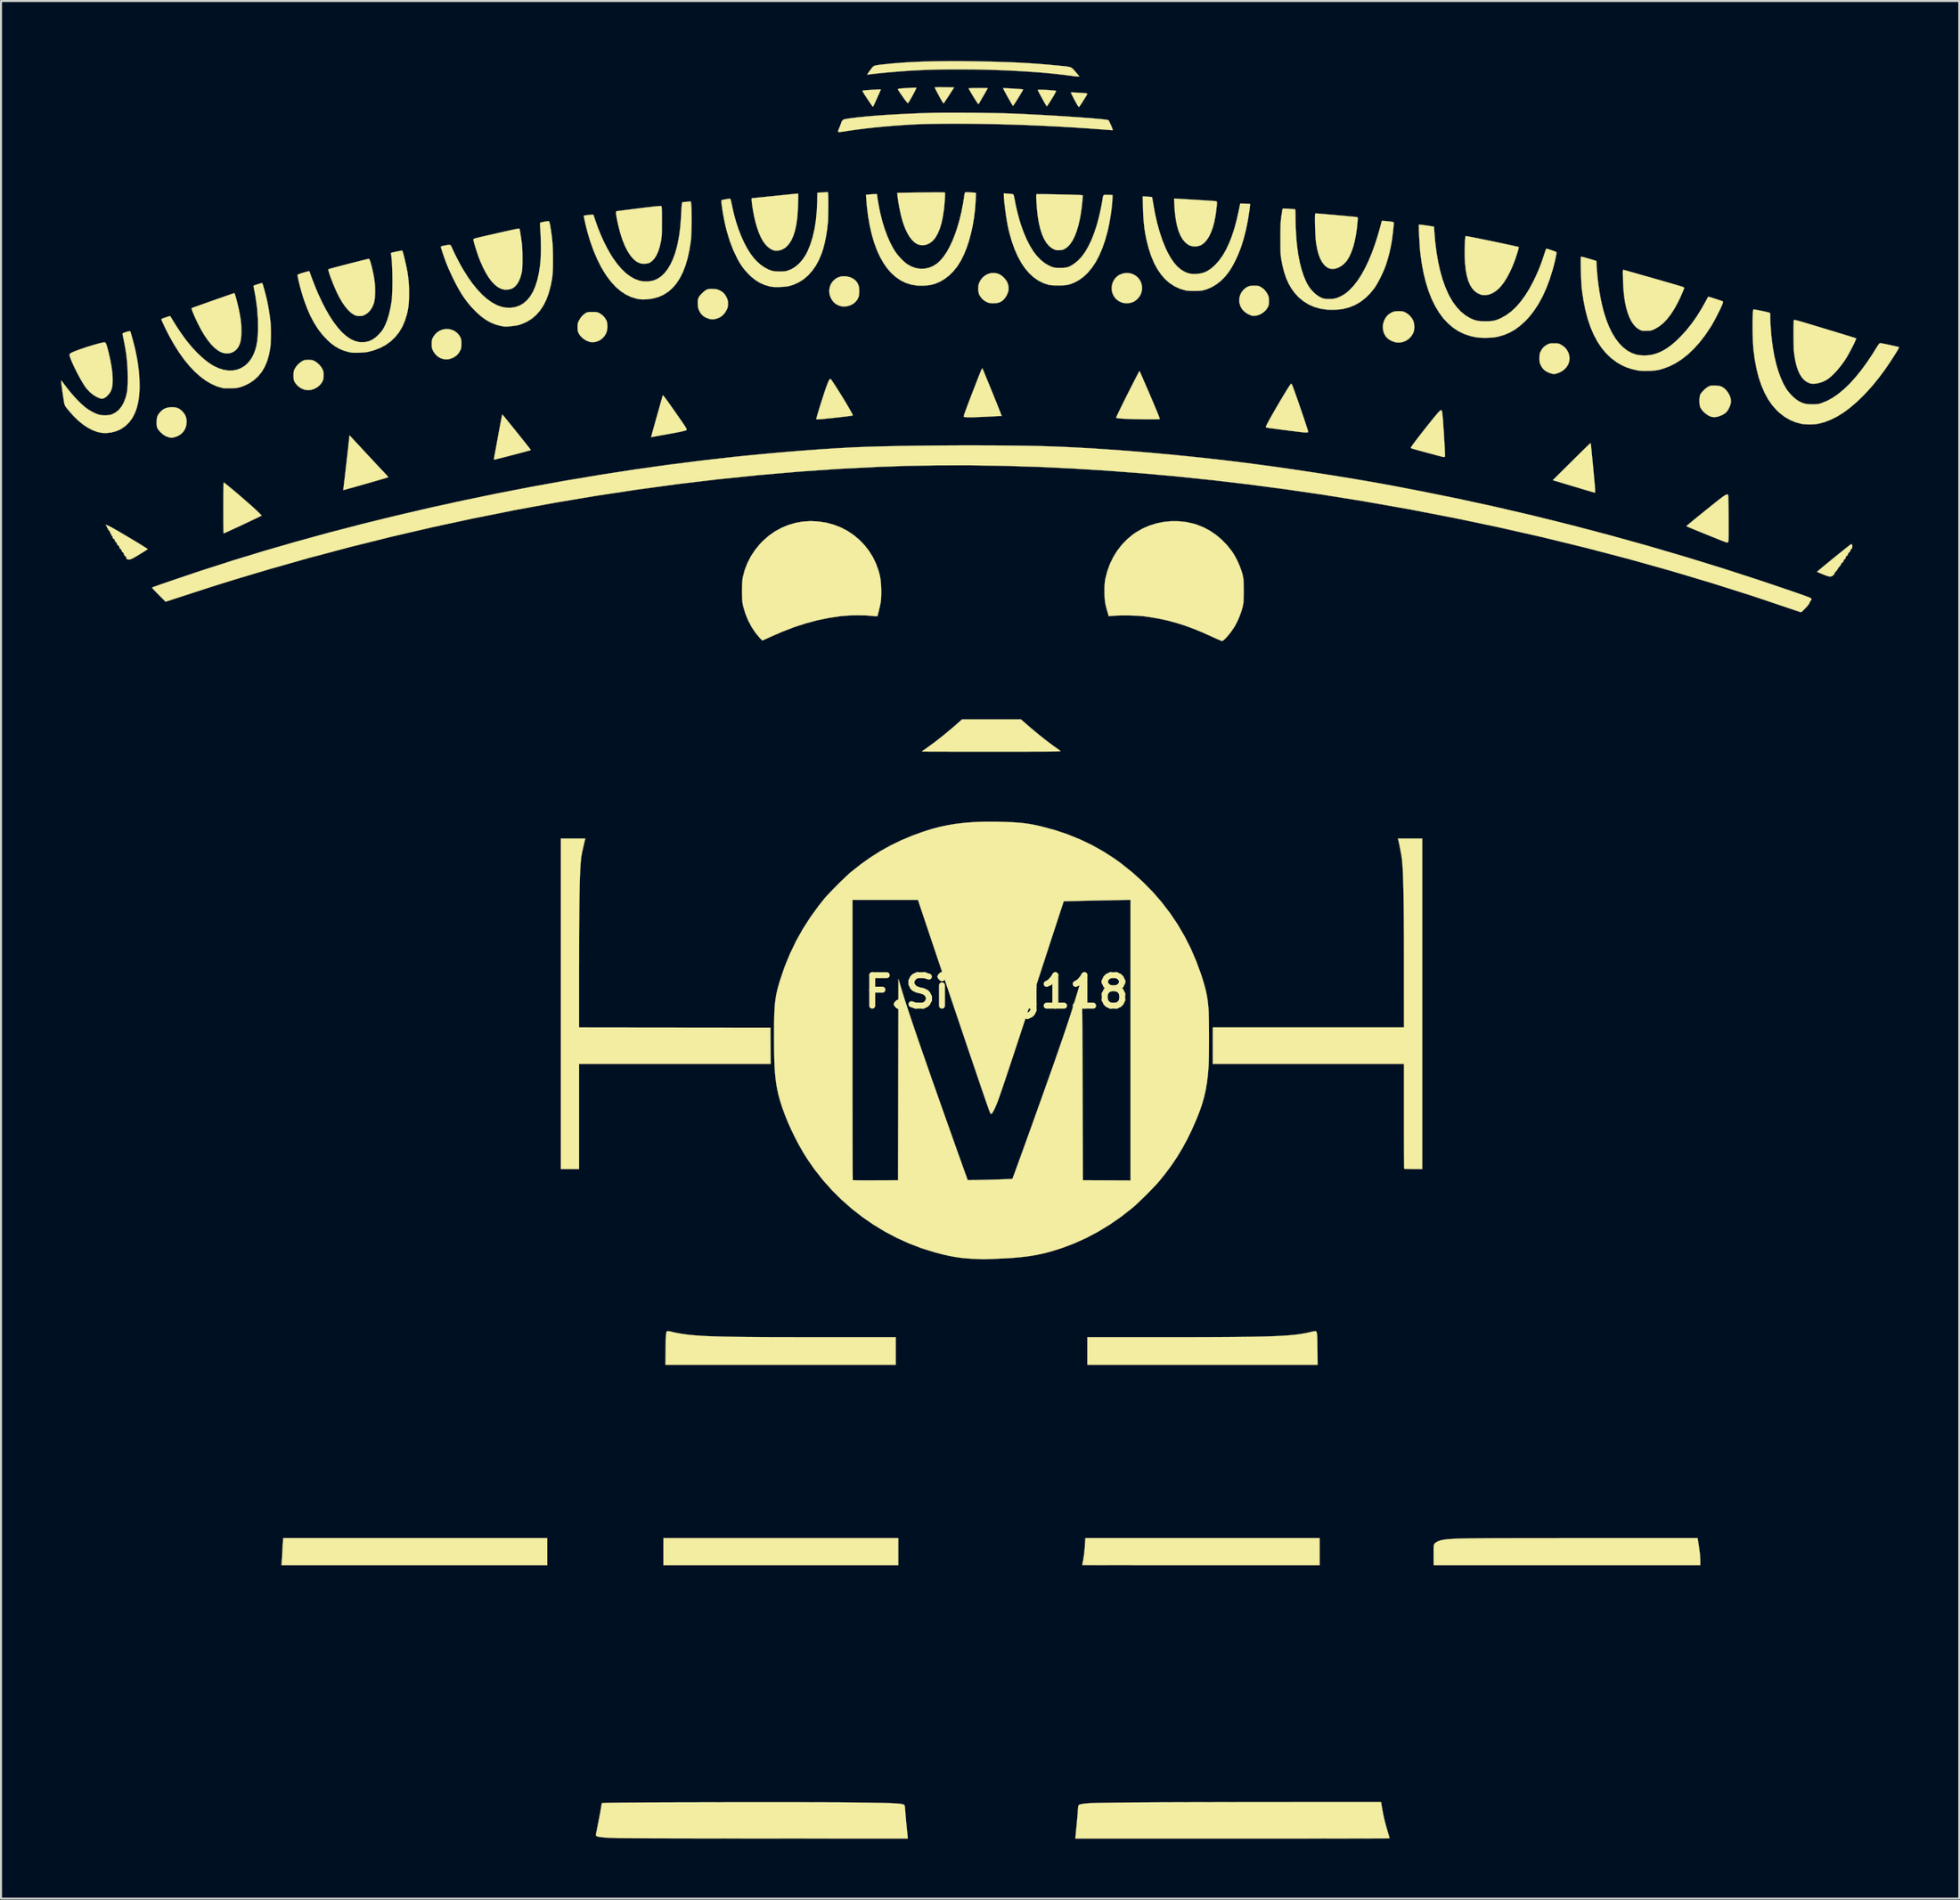
<source format=kicad_pcb>
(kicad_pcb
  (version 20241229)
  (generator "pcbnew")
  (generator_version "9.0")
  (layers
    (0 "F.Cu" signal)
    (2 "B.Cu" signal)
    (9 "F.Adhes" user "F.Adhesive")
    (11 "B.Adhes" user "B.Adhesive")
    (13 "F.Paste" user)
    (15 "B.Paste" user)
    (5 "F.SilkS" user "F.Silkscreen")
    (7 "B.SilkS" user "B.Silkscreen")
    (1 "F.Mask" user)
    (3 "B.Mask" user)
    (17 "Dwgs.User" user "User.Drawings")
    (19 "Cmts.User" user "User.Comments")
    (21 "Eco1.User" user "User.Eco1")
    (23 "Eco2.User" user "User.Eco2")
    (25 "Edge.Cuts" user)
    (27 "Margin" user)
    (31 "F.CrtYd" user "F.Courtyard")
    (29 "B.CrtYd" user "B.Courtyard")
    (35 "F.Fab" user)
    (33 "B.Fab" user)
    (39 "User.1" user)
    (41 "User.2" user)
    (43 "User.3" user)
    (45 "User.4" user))
  (footprint "F.Silk_g1188"
    (layer "F.Cu")
    (at 47.432 46.496)
    (property "Reference" "F.Silk_g1188" (at 0 0 0) (layer "F.SilkS") (effects (font (size 1.524 1.524) (thickness 0.3))))
    (attr through_hole)
    (fp_poly (pts (xy -5.63 28.639) (xy -17.357 28.639) (xy -17.357 27.284) (xy -5.63 27.284) (xy -5.63 28.639)) (stroke (width 0.01) (type solid)) (fill yes) (layer "F.SilkS"))
    (fp_poly (pts (xy -23.156 28.639) (xy -36.428 28.639) (xy -36.417 28.527) (xy -36.413 28.471) (xy -36.407 28.382) (xy -36.4 28.267) (xy -36.393 28.137) (xy -36.386 27.999) (xy -36.385 27.993) (xy -36.378 27.852) (xy -36.37 27.716) (xy -36.363 27.593) (xy -36.357 27.493) (xy -36.352 27.427) (xy -36.352 27.427) (xy -36.339 27.284) (xy -23.156 27.284) (xy -23.156 28.639)) (stroke (width 0.01) (type solid)) (fill yes) (layer "F.SilkS"))
    (fp_poly (pts (xy -3.389 -45.187) (xy -3.317 -45.186) (xy -2.84 -45.18) (xy -3.094 -44.789) (xy -3.169 -44.674) (xy -3.236 -44.571) (xy -3.293 -44.485) (xy -3.335 -44.421) (xy -3.359 -44.386) (xy -3.363 -44.381) (xy -3.378 -44.393) (xy -3.409 -44.437) (xy -3.453 -44.506) (xy -3.505 -44.597) (xy -3.55 -44.677) (xy -3.634 -44.831) (xy -3.698 -44.951) (xy -3.746 -45.042) (xy -3.778 -45.107) (xy -3.798 -45.15) (xy -3.805 -45.174) (xy -3.804 -45.183) (xy -3.781 -45.185) (xy -3.722 -45.187) (xy -3.633 -45.187) (xy -3.52 -45.188) (xy -3.389 -45.187)) (stroke (width 0.01) (type solid)) (fill yes) (layer "F.SilkS"))
    (fp_poly (pts (xy -21.348 -7.283) (xy -21.379 -7.146) (xy -21.409 -7.008) (xy -21.434 -6.88) (xy -21.453 -6.773) (xy -21.461 -6.717) (xy -21.474 -6.598) (xy -21.486 -6.463) (xy -21.497 -6.311) (xy -21.508 -6.14) (xy -21.517 -5.949) (xy -21.526 -5.736) (xy -21.533 -5.499) (xy -21.54 -5.237) (xy -21.546 -4.949) (xy -21.551 -4.632) (xy -21.556 -4.285) (xy -21.559 -3.906) (xy -21.562 -3.495) (xy -21.565 -3.048) (xy -21.567 -2.565) (xy -21.568 -2.043) (xy -21.568 -1.482) (xy -21.569 -1.117) (xy -21.569 1.778) (xy -12.012 1.789) (xy -12.001 3.598) (xy -21.569 3.598) (xy -21.569 8.848) (xy -22.479 8.848) (xy -22.479 -7.662) (xy -21.258 -7.662) (xy -21.348 -7.283)) (stroke (width 0.01) (type solid)) (fill yes) (layer "F.SilkS"))
    (fp_poly (pts (xy 5.926 -35.898) (xy 6.078 -35.854) (xy 6.216 -35.781) (xy 6.335 -35.681) (xy 6.432 -35.557) (xy 6.501 -35.413) (xy 6.538 -35.252) (xy 6.54 -35.077) (xy 6.536 -35.047) (xy 6.494 -34.886) (xy 6.416 -34.737) (xy 6.307 -34.607) (xy 6.173 -34.502) (xy 6.1 -34.463) (xy 5.966 -34.419) (xy 5.814 -34.399) (xy 5.662 -34.405) (xy 5.531 -34.434) (xy 5.367 -34.513) (xy 5.233 -34.621) (xy 5.13 -34.758) (xy 5.058 -34.924) (xy 5.056 -34.931) (xy 5.026 -35.096) (xy 5.033 -35.262) (xy 5.074 -35.422) (xy 5.147 -35.569) (xy 5.248 -35.696) (xy 5.375 -35.796) (xy 5.426 -35.824) (xy 5.595 -35.886) (xy 5.763 -35.91) (xy 5.926 -35.898)) (stroke (width 0.01) (type solid)) (fill yes) (layer "F.SilkS"))
    (fp_poly (pts (xy -8.21 -35.74) (xy -8.044 -35.702) (xy -7.896 -35.634) (xy -7.771 -35.539) (xy -7.674 -35.421) (xy -7.61 -35.282) (xy -7.609 -35.278) (xy -7.589 -35.176) (xy -7.58 -35.051) (xy -7.581 -34.92) (xy -7.592 -34.799) (xy -7.608 -34.725) (xy -7.671 -34.585) (xy -7.768 -34.463) (xy -7.892 -34.364) (xy -8.036 -34.291) (xy -8.195 -34.248) (xy -8.363 -34.236) (xy -8.468 -34.247) (xy -8.626 -34.295) (xy -8.764 -34.374) (xy -8.878 -34.48) (xy -8.969 -34.608) (xy -9.033 -34.75) (xy -9.069 -34.903) (xy -9.075 -35.059) (xy -9.049 -35.215) (xy -8.989 -35.363) (xy -8.894 -35.499) (xy -8.889 -35.505) (xy -8.762 -35.62) (xy -8.625 -35.696) (xy -8.469 -35.738) (xy -8.39 -35.746) (xy -8.21 -35.74)) (stroke (width 0.01) (type solid)) (fill yes) (layer "F.SilkS"))
    (fp_poly (pts (xy 15.409 28.639) (xy 9.483 28.639) (xy 8.985 28.638) (xy 8.498 28.638) (xy 8.024 28.638) (xy 7.564 28.638) (xy 7.121 28.638) (xy 6.695 28.638) (xy 6.289 28.638) (xy 5.905 28.637) (xy 5.543 28.637) (xy 5.206 28.637) (xy 4.895 28.637) (xy 4.612 28.636) (xy 4.359 28.636) (xy 4.138 28.635) (xy 3.949 28.635) (xy 3.796 28.635) (xy 3.678 28.634) (xy 3.6 28.634) (xy 3.561 28.633) (xy 3.556 28.633) (xy 3.56 28.612) (xy 3.571 28.556) (xy 3.586 28.475) (xy 3.605 28.376) (xy 3.609 28.353) (xy 3.63 28.228) (xy 3.65 28.076) (xy 3.668 27.91) (xy 3.683 27.745) (xy 3.687 27.681) (xy 3.713 27.284) (xy 15.409 27.284) (xy 15.409 28.639)) (stroke (width 0.01) (type solid)) (fill yes) (layer "F.SilkS"))
    (fp_poly (pts (xy -0.316 -45.14) (xy -0.23 -45.137) (xy -0.123 -45.132) (xy -0.004 -45.125) (xy 0.122 -45.118) (xy 0.247 -45.11) (xy 0.364 -45.102) (xy 0.466 -45.094) (xy 0.544 -45.087) (xy 0.593 -45.082) (xy 0.606 -45.079) (xy 0.599 -45.059) (xy 0.572 -45.009) (xy 0.531 -44.937) (xy 0.478 -44.848) (xy 0.418 -44.749) (xy 0.355 -44.646) (xy 0.293 -44.546) (xy 0.235 -44.455) (xy 0.185 -44.378) (xy 0.148 -44.324) (xy 0.133 -44.305) (xy 0.095 -44.258) (xy 0.039 -44.349) (xy -0.002 -44.416) (xy -0.052 -44.504) (xy -0.109 -44.604) (xy -0.17 -44.711) (xy -0.229 -44.819) (xy -0.285 -44.92) (xy -0.333 -45.009) (xy -0.369 -45.08) (xy -0.392 -45.126) (xy -0.397 -45.14) (xy -0.374 -45.142) (xy -0.316 -45.14)) (stroke (width 0.01) (type solid)) (fill yes) (layer "F.SilkS"))
    (fp_poly (pts (xy 3.069 -44.928) (xy 3.152 -44.925) (xy 3.252 -44.92) (xy 3.362 -44.914) (xy 3.473 -44.908) (xy 3.577 -44.901) (xy 3.666 -44.894) (xy 3.731 -44.888) (xy 3.762 -44.883) (xy 3.799 -44.869) (xy 3.81 -44.857) (xy 3.799 -44.833) (xy 3.769 -44.781) (xy 3.726 -44.708) (xy 3.672 -44.621) (xy 3.613 -44.527) (xy 3.553 -44.433) (xy 3.497 -44.347) (xy 3.449 -44.275) (xy 3.414 -44.225) (xy 3.395 -44.202) (xy 3.394 -44.202) (xy 3.374 -44.215) (xy 3.342 -44.256) (xy 3.309 -44.307) (xy 3.265 -44.385) (xy 3.214 -44.477) (xy 3.161 -44.576) (xy 3.109 -44.675) (xy 3.063 -44.767) (xy 3.025 -44.844) (xy 2.999 -44.899) (xy 2.989 -44.926) (xy 2.989 -44.928) (xy 3.012 -44.929) (xy 3.069 -44.928)) (stroke (width 0.01) (type solid)) (fill yes) (layer "F.SilkS"))
    (fp_poly (pts (xy -0.663 -35.877) (xy -0.579 -35.843) (xy -0.449 -35.762) (xy -0.328 -35.649) (xy -0.228 -35.517) (xy -0.183 -35.435) (xy -0.131 -35.276) (xy -0.12 -35.112) (xy -0.15 -34.948) (xy -0.221 -34.784) (xy -0.295 -34.67) (xy -0.393 -34.558) (xy -0.497 -34.48) (xy -0.616 -34.429) (xy -0.623 -34.427) (xy -0.722 -34.408) (xy -0.843 -34.399) (xy -0.968 -34.401) (xy -1.081 -34.413) (xy -1.136 -34.426) (xy -1.272 -34.488) (xy -1.399 -34.58) (xy -1.505 -34.694) (xy -1.583 -34.821) (xy -1.602 -34.867) (xy -1.627 -34.981) (xy -1.637 -35.113) (xy -1.631 -35.246) (xy -1.61 -35.363) (xy -1.6 -35.391) (xy -1.521 -35.551) (xy -1.415 -35.685) (xy -1.287 -35.79) (xy -1.142 -35.864) (xy -0.986 -35.905) (xy -0.825 -35.91) (xy -0.663 -35.877)) (stroke (width 0.01) (type solid)) (fill yes) (layer "F.SilkS"))
    (fp_poly (pts (xy 1.592 -45.059) (xy 1.707 -45.055) (xy 1.827 -45.049) (xy 1.944 -45.041) (xy 2.053 -45.033) (xy 2.144 -45.024) (xy 2.211 -45.014) (xy 2.246 -45.005) (xy 2.249 -45.003) (xy 2.244 -44.981) (xy 2.219 -44.93) (xy 2.18 -44.856) (xy 2.129 -44.766) (xy 2.071 -44.667) (xy 2.009 -44.565) (xy 1.947 -44.467) (xy 1.89 -44.378) (xy 1.841 -44.307) (xy 1.804 -44.258) (xy 1.784 -44.239) (xy 1.783 -44.238) (xy 1.769 -44.256) (xy 1.738 -44.306) (xy 1.693 -44.382) (xy 1.638 -44.48) (xy 1.575 -44.593) (xy 1.55 -44.637) (xy 1.486 -44.756) (xy 1.43 -44.861) (xy 1.384 -44.949) (xy 1.351 -45.012) (xy 1.335 -45.046) (xy 1.333 -45.05) (xy 1.353 -45.057) (xy 1.408 -45.06) (xy 1.49 -45.061) (xy 1.592 -45.059)) (stroke (width 0.01) (type solid)) (fill yes) (layer "F.SilkS"))
    (fp_poly (pts (xy -6.503 -45.076) (xy -6.503 -45.076) (xy -6.509 -45.056) (xy -6.531 -45.003) (xy -6.564 -44.924) (xy -6.607 -44.826) (xy -6.654 -44.723) (xy -6.723 -44.569) (xy -6.778 -44.449) (xy -6.819 -44.359) (xy -6.85 -44.296) (xy -6.871 -44.254) (xy -6.886 -44.23) (xy -6.896 -44.219) (xy -6.901 -44.217) (xy -6.916 -44.234) (xy -6.951 -44.281) (xy -7.003 -44.354) (xy -7.066 -44.447) (xy -7.139 -44.555) (xy -7.176 -44.61) (xy -7.27 -44.754) (xy -7.34 -44.864) (xy -7.387 -44.944) (xy -7.411 -44.995) (xy -7.413 -45.018) (xy -7.412 -45.019) (xy -7.386 -45.024) (xy -7.326 -45.031) (xy -7.239 -45.038) (xy -7.133 -45.046) (xy -7.016 -45.054) (xy -6.896 -45.062) (xy -6.779 -45.068) (xy -6.674 -45.073) (xy -6.588 -45.077) (xy -6.529 -45.078) (xy -6.503 -45.076)) (stroke (width 0.01) (type solid)) (fill yes) (layer "F.SilkS"))
    (fp_poly (pts (xy -4.732 -45.165) (xy -4.728 -45.164) (xy -4.733 -45.141) (xy -4.755 -45.089) (xy -4.792 -45.014) (xy -4.838 -44.922) (xy -4.892 -44.821) (xy -4.948 -44.718) (xy -5.004 -44.618) (xy -5.055 -44.53) (xy -5.098 -44.459) (xy -5.129 -44.412) (xy -5.143 -44.398) (xy -5.164 -44.407) (xy -5.202 -44.444) (xy -5.249 -44.5) (xy -5.255 -44.508) (xy -5.308 -44.578) (xy -5.369 -44.663) (xy -5.434 -44.755) (xy -5.498 -44.847) (xy -5.556 -44.934) (xy -5.604 -45.007) (xy -5.638 -45.06) (xy -5.651 -45.086) (xy -5.652 -45.087) (xy -5.633 -45.102) (xy -5.593 -45.115) (xy -5.55 -45.12) (xy -5.476 -45.127) (xy -5.38 -45.135) (xy -5.269 -45.142) (xy -5.152 -45.149) (xy -5.035 -45.156) (xy -4.927 -45.161) (xy -4.835 -45.164) (xy -4.767 -45.166) (xy -4.732 -45.165)) (stroke (width 0.01) (type solid)) (fill yes) (layer "F.SilkS"))
    (fp_poly (pts (xy -1.504 -45.148) (xy -1.382 -45.147) (xy -1.282 -45.145) (xy -1.209 -45.143) (xy -1.17 -45.141) (xy -1.164 -45.139) (xy -1.174 -45.119) (xy -1.202 -45.068) (xy -1.245 -44.992) (xy -1.299 -44.898) (xy -1.358 -44.795) (xy -1.423 -44.684) (xy -1.482 -44.582) (xy -1.532 -44.496) (xy -1.568 -44.433) (xy -1.586 -44.403) (xy -1.612 -44.362) (xy -1.629 -44.345) (xy -1.63 -44.345) (xy -1.646 -44.361) (xy -1.678 -44.404) (xy -1.713 -44.456) (xy -1.763 -44.533) (xy -1.821 -44.626) (xy -1.883 -44.726) (xy -1.945 -44.829) (xy -2.003 -44.926) (xy -2.053 -45.011) (xy -2.091 -45.078) (xy -2.113 -45.12) (xy -2.117 -45.13) (xy -2.096 -45.135) (xy -2.04 -45.14) (xy -1.953 -45.144) (xy -1.84 -45.147) (xy -1.709 -45.148) (xy -1.64 -45.148) (xy -1.504 -45.148)) (stroke (width 0.01) (type solid)) (fill yes) (layer "F.SilkS"))
    (fp_poly (pts (xy 19.448 -34.001) (xy 19.522 -33.995) (xy 19.583 -33.982) (xy 19.647 -33.957) (xy 19.68 -33.942) (xy 19.812 -33.863) (xy 19.932 -33.754) (xy 20.03 -33.627) (xy 20.089 -33.513) (xy 20.127 -33.368) (xy 20.14 -33.212) (xy 20.127 -33.059) (xy 20.088 -32.923) (xy 20.082 -32.91) (xy 19.991 -32.758) (xy 19.873 -32.631) (xy 19.733 -32.533) (xy 19.578 -32.467) (xy 19.414 -32.435) (xy 19.247 -32.44) (xy 19.161 -32.459) (xy 18.979 -32.527) (xy 18.83 -32.618) (xy 18.715 -32.735) (xy 18.632 -32.879) (xy 18.585 -33.024) (xy 18.565 -33.194) (xy 18.58 -33.365) (xy 18.628 -33.529) (xy 18.705 -33.676) (xy 18.809 -33.801) (xy 18.867 -33.849) (xy 18.974 -33.92) (xy 19.072 -33.966) (xy 19.176 -33.992) (xy 19.301 -34.002) (xy 19.346 -34.002) (xy 19.448 -34.001)) (stroke (width 0.01) (type solid)) (fill yes) (layer "F.SilkS"))
    (fp_poly (pts (xy -41.783 -29.203) (xy -41.651 -29.178) (xy -41.535 -29.127) (xy -41.427 -29.046) (xy -41.378 -29) (xy -41.272 -28.871) (xy -41.204 -28.735) (xy -41.17 -28.583) (xy -41.164 -28.469) (xy -41.184 -28.287) (xy -41.24 -28.121) (xy -41.331 -27.977) (xy -41.452 -27.857) (xy -41.602 -27.767) (xy -41.689 -27.733) (xy -41.795 -27.7) (xy -41.876 -27.684) (xy -41.946 -27.683) (xy -42.02 -27.696) (xy -42.079 -27.712) (xy -42.214 -27.765) (xy -42.334 -27.838) (xy -42.451 -27.942) (xy -42.485 -27.976) (xy -42.559 -28.06) (xy -42.609 -28.13) (xy -42.64 -28.201) (xy -42.655 -28.283) (xy -42.661 -28.389) (xy -42.661 -28.448) (xy -42.656 -28.59) (xy -42.638 -28.703) (xy -42.602 -28.799) (xy -42.545 -28.889) (xy -42.47 -28.976) (xy -42.356 -29.079) (xy -42.233 -29.149) (xy -42.092 -29.19) (xy -41.943 -29.206) (xy -41.783 -29.203)) (stroke (width 0.01) (type solid)) (fill yes) (layer "F.SilkS"))
    (fp_poly (pts (xy -32.175 -26.88) (xy -32.017 -26.71) (xy -31.864 -26.546) (xy -31.72 -26.391) (xy -31.587 -26.249) (xy -31.469 -26.122) (xy -31.368 -26.015) (xy -31.287 -25.929) (xy -31.23 -25.868) (xy -31.203 -25.84) (xy -31.15 -25.782) (xy -31.113 -25.736) (xy -31.098 -25.709) (xy -31.098 -25.706) (xy -31.12 -25.698) (xy -31.178 -25.68) (xy -31.268 -25.653) (xy -31.386 -25.619) (xy -31.526 -25.578) (xy -31.685 -25.532) (xy -31.859 -25.482) (xy -32.042 -25.429) (xy -32.231 -25.375) (xy -32.42 -25.321) (xy -32.606 -25.268) (xy -32.784 -25.218) (xy -32.95 -25.172) (xy -33.099 -25.13) (xy -33.155 -25.115) (xy -33.343 -25.063) (xy -33.331 -25.163) (xy -33.31 -25.333) (xy -33.286 -25.538) (xy -33.259 -25.768) (xy -33.23 -26.016) (xy -33.2 -26.273) (xy -33.171 -26.531) (xy -33.143 -26.781) (xy -33.116 -27.016) (xy -33.109 -27.082) (xy -33.03 -27.8) (xy -32.175 -26.88)) (stroke (width 0.01) (type solid)) (fill yes) (layer "F.SilkS"))
    (fp_poly (pts (xy 12.24 -35.273) (xy 12.312 -35.268) (xy 12.367 -35.257) (xy 12.418 -35.238) (xy 12.463 -35.215) (xy 12.608 -35.115) (xy 12.729 -34.981) (xy 12.811 -34.844) (xy 12.845 -34.77) (xy 12.866 -34.71) (xy 12.876 -34.646) (xy 12.88 -34.563) (xy 12.88 -34.513) (xy 12.878 -34.413) (xy 12.871 -34.341) (xy 12.855 -34.281) (xy 12.829 -34.218) (xy 12.821 -34.202) (xy 12.741 -34.078) (xy 12.634 -33.97) (xy 12.508 -33.881) (xy 12.371 -33.815) (xy 12.231 -33.777) (xy 12.094 -33.769) (xy 11.991 -33.789) (xy 11.81 -33.868) (xy 11.658 -33.974) (xy 11.538 -34.103) (xy 11.453 -34.253) (xy 11.404 -34.422) (xy 11.398 -34.469) (xy 11.399 -34.642) (xy 11.44 -34.807) (xy 11.516 -34.957) (xy 11.624 -35.088) (xy 11.76 -35.191) (xy 11.829 -35.227) (xy 11.887 -35.25) (xy 11.951 -35.264) (xy 12.033 -35.271) (xy 12.139 -35.273) (xy 12.24 -35.273)) (stroke (width 0.01) (type solid)) (fill yes) (layer "F.SilkS"))
    (fp_poly (pts (xy 15.212 16.948) (xy 15.231 16.959) (xy 15.247 16.978) (xy 15.26 17.008) (xy 15.271 17.054) (xy 15.279 17.119) (xy 15.285 17.207) (xy 15.29 17.323) (xy 15.294 17.47) (xy 15.297 17.652) (xy 15.299 17.849) (xy 15.307 18.627) (xy 3.81 18.627) (xy 3.81 17.251) (xy 7.541 17.251) (xy 8.173 17.25) (xy 8.765 17.25) (xy 9.318 17.249) (xy 9.834 17.247) (xy 10.314 17.245) (xy 10.759 17.242) (xy 11.173 17.239) (xy 11.555 17.235) (xy 11.908 17.23) (xy 12.234 17.224) (xy 12.534 17.218) (xy 12.809 17.21) (xy 13.062 17.202) (xy 13.294 17.192) (xy 13.506 17.181) (xy 13.701 17.169) (xy 13.88 17.156) (xy 14.045 17.141) (xy 14.196 17.125) (xy 14.337 17.108) (xy 14.468 17.089) (xy 14.591 17.069) (xy 14.708 17.047) (xy 14.821 17.023) (xy 14.93 16.998) (xy 14.972 16.988) (xy 15.063 16.967) (xy 15.141 16.953) (xy 15.194 16.947) (xy 15.212 16.948)) (stroke (width 0.01) (type solid)) (fill yes) (layer "F.SilkS"))
    (fp_poly (pts (xy -28.078 -33.107) (xy -27.922 -33.071) (xy -27.777 -33.005) (xy -27.649 -32.908) (xy -27.544 -32.782) (xy -27.502 -32.707) (xy -27.474 -32.645) (xy -27.456 -32.59) (xy -27.447 -32.528) (xy -27.443 -32.446) (xy -27.443 -32.374) (xy -27.444 -32.27) (xy -27.45 -32.195) (xy -27.462 -32.136) (xy -27.483 -32.079) (xy -27.498 -32.046) (xy -27.584 -31.901) (xy -27.689 -31.787) (xy -27.823 -31.698) (xy -27.862 -31.678) (xy -28 -31.623) (xy -28.128 -31.597) (xy -28.263 -31.599) (xy -28.319 -31.606) (xy -28.472 -31.65) (xy -28.614 -31.731) (xy -28.738 -31.845) (xy -28.839 -31.986) (xy -28.868 -32.043) (xy -28.896 -32.108) (xy -28.913 -32.168) (xy -28.921 -32.237) (xy -28.924 -32.33) (xy -28.924 -32.364) (xy -28.923 -32.463) (xy -28.917 -32.535) (xy -28.904 -32.592) (xy -28.881 -32.65) (xy -28.862 -32.688) (xy -28.805 -32.78) (xy -28.73 -32.871) (xy -28.687 -32.915) (xy -28.549 -33.015) (xy -28.397 -33.079) (xy -28.238 -33.11) (xy -28.078 -33.107)) (stroke (width 0.01) (type solid)) (fill yes) (layer "F.SilkS"))
    (fp_poly (pts (xy -20.796 -33.961) (xy -20.721 -33.957) (xy -20.664 -33.948) (xy -20.614 -33.931) (xy -20.558 -33.906) (xy -20.546 -33.899) (xy -20.413 -33.811) (xy -20.299 -33.695) (xy -20.214 -33.562) (xy -20.192 -33.511) (xy -20.159 -33.376) (xy -20.151 -33.222) (xy -20.167 -33.067) (xy -20.206 -32.925) (xy -20.222 -32.888) (xy -20.316 -32.737) (xy -20.437 -32.615) (xy -20.579 -32.525) (xy -20.738 -32.47) (xy -20.847 -32.456) (xy -20.943 -32.457) (xy -21.031 -32.467) (xy -21.071 -32.477) (xy -21.244 -32.553) (xy -21.394 -32.657) (xy -21.515 -32.783) (xy -21.591 -32.904) (xy -21.617 -32.965) (xy -21.633 -33.026) (xy -21.641 -33.1) (xy -21.643 -33.2) (xy -21.641 -33.297) (xy -21.635 -33.368) (xy -21.619 -33.428) (xy -21.592 -33.494) (xy -21.571 -33.537) (xy -21.478 -33.689) (xy -21.364 -33.815) (xy -21.235 -33.909) (xy -21.227 -33.913) (xy -21.18 -33.935) (xy -21.132 -33.95) (xy -21.072 -33.958) (xy -20.99 -33.961) (xy -20.902 -33.962) (xy -20.796 -33.961)) (stroke (width 0.01) (type solid)) (fill yes) (layer "F.SilkS"))
    (fp_poly (pts (xy -17.12 16.946) (xy -17.057 16.956) (xy -16.974 16.973) (xy -16.917 16.988) (xy -16.75 17.026) (xy -16.553 17.063) (xy -16.337 17.097) (xy -16.112 17.126) (xy -15.949 17.143) (xy -15.812 17.155) (xy -15.669 17.166) (xy -15.518 17.177) (xy -15.356 17.186) (xy -15.183 17.195) (xy -14.996 17.203) (xy -14.793 17.21) (xy -14.574 17.216) (xy -14.334 17.222) (xy -14.074 17.227) (xy -13.791 17.232) (xy -13.484 17.236) (xy -13.15 17.239) (xy -12.788 17.242) (xy -12.395 17.245) (xy -11.971 17.247) (xy -11.513 17.248) (xy -11.019 17.249) (xy -10.488 17.25) (xy -9.918 17.25) (xy -9.488 17.251) (xy -5.757 17.251) (xy -5.757 18.627) (xy -17.255 18.627) (xy -17.246 17.849) (xy -17.244 17.633) (xy -17.241 17.455) (xy -17.237 17.312) (xy -17.232 17.199) (xy -17.225 17.113) (xy -17.217 17.05) (xy -17.206 17.006) (xy -17.192 16.976) (xy -17.175 16.958) (xy -17.154 16.946) (xy -17.152 16.945) (xy -17.12 16.946)) (stroke (width 0.01) (type solid)) (fill yes) (layer "F.SilkS"))
    (fp_poly (pts (xy 8.373 -39.615) (xy 8.667 -39.598) (xy 8.942 -39.582) (xy 9.198 -39.566) (xy 9.43 -39.552) (xy 9.635 -39.539) (xy 9.81 -39.528) (xy 9.953 -39.518) (xy 10.06 -39.511) (xy 10.128 -39.506) (xy 10.134 -39.505) (xy 10.192 -39.501) (xy 10.234 -39.496) (xy 10.263 -39.485) (xy 10.278 -39.461) (xy 10.284 -39.418) (xy 10.281 -39.352) (xy 10.271 -39.255) (xy 10.257 -39.122) (xy 10.256 -39.116) (xy 10.21 -38.774) (xy 10.149 -38.461) (xy 10.074 -38.181) (xy 9.984 -37.934) (xy 9.881 -37.722) (xy 9.766 -37.546) (xy 9.639 -37.408) (xy 9.501 -37.309) (xy 9.472 -37.295) (xy 9.342 -37.252) (xy 9.194 -37.235) (xy 9.046 -37.247) (xy 8.932 -37.278) (xy 8.825 -37.336) (xy 8.713 -37.427) (xy 8.686 -37.453) (xy 8.562 -37.604) (xy 8.454 -37.794) (xy 8.362 -38.022) (xy 8.286 -38.287) (xy 8.226 -38.588) (xy 8.183 -38.925) (xy 8.157 -39.297) (xy 8.156 -39.314) (xy 8.142 -39.629) (xy 8.373 -39.615)) (stroke (width 0.01) (type solid)) (fill yes) (layer "F.SilkS"))
    (fp_poly (pts (xy 35.165 -30.285) (xy 35.288 -30.277) (xy 35.381 -30.264) (xy 35.455 -30.242) (xy 35.48 -30.232) (xy 35.601 -30.157) (xy 35.713 -30.051) (xy 35.81 -29.922) (xy 35.886 -29.781) (xy 35.934 -29.638) (xy 35.948 -29.517) (xy 35.941 -29.423) (xy 35.918 -29.328) (xy 35.88 -29.229) (xy 35.813 -29.09) (xy 35.739 -28.984) (xy 35.649 -28.9) (xy 35.532 -28.828) (xy 35.478 -28.802) (xy 35.304 -28.735) (xy 35.145 -28.708) (xy 35.001 -28.718) (xy 34.952 -28.732) (xy 34.829 -28.786) (xy 34.706 -28.867) (xy 34.592 -28.964) (xy 34.496 -29.071) (xy 34.428 -29.178) (xy 34.409 -29.224) (xy 34.388 -29.313) (xy 34.377 -29.425) (xy 34.374 -29.546) (xy 34.38 -29.665) (xy 34.394 -29.767) (xy 34.414 -29.834) (xy 34.461 -29.91) (xy 34.534 -29.997) (xy 34.622 -30.085) (xy 34.716 -30.165) (xy 34.804 -30.225) (xy 34.837 -30.242) (xy 34.893 -30.266) (xy 34.944 -30.281) (xy 35.002 -30.288) (xy 35.079 -30.288) (xy 35.165 -30.285)) (stroke (width 0.01) (type solid)) (fill yes) (layer "F.SilkS"))
    (fp_poly (pts (xy -34.986 -31.568) (xy -34.915 -31.561) (xy -34.856 -31.546) (xy -34.794 -31.52) (xy -34.771 -31.508) (xy -34.647 -31.427) (xy -34.529 -31.316) (xy -34.43 -31.19) (xy -34.379 -31.099) (xy -34.349 -31.026) (xy -34.332 -30.958) (xy -34.324 -30.877) (xy -34.322 -30.797) (xy -34.331 -30.654) (xy -34.361 -30.535) (xy -34.418 -30.428) (xy -34.504 -30.321) (xy -34.634 -30.208) (xy -34.783 -30.125) (xy -34.943 -30.073) (xy -35.106 -30.057) (xy -35.265 -30.077) (xy -35.295 -30.086) (xy -35.466 -30.161) (xy -35.612 -30.268) (xy -35.729 -30.403) (xy -35.775 -30.48) (xy -35.799 -30.532) (xy -35.814 -30.584) (xy -35.821 -30.649) (xy -35.824 -30.74) (xy -35.825 -30.787) (xy -35.823 -30.889) (xy -35.818 -30.963) (xy -35.806 -31.021) (xy -35.785 -31.077) (xy -35.764 -31.121) (xy -35.677 -31.258) (xy -35.559 -31.384) (xy -35.422 -31.487) (xy -35.389 -31.507) (xy -35.329 -31.538) (xy -35.276 -31.557) (xy -35.216 -31.566) (xy -35.136 -31.57) (xy -35.084 -31.57) (xy -34.986 -31.568)) (stroke (width 0.01) (type solid)) (fill yes) (layer "F.SilkS"))
    (fp_poly (pts (xy -14.882 -35.112) (xy -14.777 -35.106) (xy -14.701 -35.096) (xy -14.636 -35.079) (xy -14.568 -35.05) (xy -14.536 -35.035) (xy -14.416 -34.964) (xy -14.321 -34.876) (xy -14.242 -34.763) (xy -14.196 -34.673) (xy -14.16 -34.588) (xy -14.14 -34.514) (xy -14.132 -34.43) (xy -14.132 -34.375) (xy -14.135 -34.277) (xy -14.148 -34.201) (xy -14.174 -34.124) (xy -14.196 -34.076) (xy -14.293 -33.911) (xy -14.413 -33.781) (xy -14.558 -33.685) (xy -14.721 -33.624) (xy -14.831 -33.601) (xy -14.923 -33.595) (xy -15.018 -33.607) (xy -15.087 -33.624) (xy -15.253 -33.687) (xy -15.389 -33.778) (xy -15.498 -33.899) (xy -15.56 -34.006) (xy -15.592 -34.077) (xy -15.613 -34.139) (xy -15.626 -34.206) (xy -15.634 -34.294) (xy -15.638 -34.364) (xy -15.64 -34.492) (xy -15.629 -34.593) (xy -15.601 -34.679) (xy -15.551 -34.76) (xy -15.475 -34.847) (xy -15.4 -34.921) (xy -15.308 -35.004) (xy -15.229 -35.061) (xy -15.151 -35.095) (xy -15.063 -35.111) (xy -14.951 -35.114) (xy -14.882 -35.112)) (stroke (width 0.01) (type solid)) (fill yes) (layer "F.SilkS"))
    (fp_poly (pts (xy 27.218 -32.395) (xy 27.292 -32.39) (xy 27.347 -32.38) (xy 27.397 -32.362) (xy 27.447 -32.337) (xy 27.606 -32.233) (xy 27.73 -32.105) (xy 27.82 -31.952) (xy 27.867 -31.815) (xy 27.889 -31.65) (xy 27.871 -31.489) (xy 27.817 -31.337) (xy 27.728 -31.198) (xy 27.609 -31.077) (xy 27.462 -30.977) (xy 27.289 -30.903) (xy 27.282 -30.901) (xy 27.188 -30.875) (xy 27.112 -30.865) (xy 27.039 -30.872) (xy 26.951 -30.895) (xy 26.899 -30.912) (xy 26.74 -30.983) (xy 26.612 -31.075) (xy 26.511 -31.194) (xy 26.444 -31.316) (xy 26.415 -31.381) (xy 26.398 -31.438) (xy 26.389 -31.502) (xy 26.385 -31.586) (xy 26.385 -31.655) (xy 26.387 -31.758) (xy 26.392 -31.833) (xy 26.405 -31.892) (xy 26.426 -31.948) (xy 26.442 -31.983) (xy 26.517 -32.114) (xy 26.602 -32.214) (xy 26.708 -32.294) (xy 26.758 -32.323) (xy 26.821 -32.356) (xy 26.872 -32.377) (xy 26.924 -32.389) (xy 26.989 -32.394) (xy 27.08 -32.396) (xy 27.114 -32.396) (xy 27.218 -32.395)) (stroke (width 0.01) (type solid)) (fill yes) (layer "F.SilkS"))
    (fp_poly (pts (xy -3.566 -39.935) (xy -3.448 -39.934) (xy -3.363 -39.932) (xy -3.313 -39.929) (xy -3.302 -39.927) (xy -3.297 -39.899) (xy -3.296 -39.836) (xy -3.298 -39.743) (xy -3.304 -39.629) (xy -3.312 -39.5) (xy -3.323 -39.361) (xy -3.336 -39.221) (xy -3.35 -39.086) (xy -3.356 -39.042) (xy -3.408 -38.7) (xy -3.474 -38.395) (xy -3.556 -38.127) (xy -3.654 -37.892) (xy -3.769 -37.689) (xy -3.817 -37.621) (xy -3.933 -37.493) (xy -4.067 -37.395) (xy -4.214 -37.329) (xy -4.366 -37.297) (xy -4.519 -37.302) (xy -4.664 -37.344) (xy -4.674 -37.348) (xy -4.813 -37.435) (xy -4.945 -37.561) (xy -5.071 -37.725) (xy -5.188 -37.925) (xy -5.295 -38.158) (xy -5.391 -38.422) (xy -5.47 -38.698) (xy -5.511 -38.868) (xy -5.55 -39.051) (xy -5.587 -39.236) (xy -5.619 -39.415) (xy -5.645 -39.576) (xy -5.662 -39.711) (xy -5.666 -39.753) (xy -5.678 -39.914) (xy -4.498 -39.929) (xy -4.279 -39.932) (xy -4.072 -39.934) (xy -3.881 -39.935) (xy -3.711 -39.935) (xy -3.566 -39.935)) (stroke (width 0.01) (type solid)) (fill yes) (layer "F.SilkS"))
    (fp_poly (pts (xy 28.943 -27.41) (xy 28.947 -27.388) (xy 28.954 -27.328) (xy 28.964 -27.235) (xy 28.976 -27.115) (xy 28.991 -26.971) (xy 29.007 -26.808) (xy 29.024 -26.63) (xy 29.042 -26.444) (xy 29.06 -26.252) (xy 29.078 -26.06) (xy 29.096 -25.873) (xy 29.112 -25.694) (xy 29.127 -25.53) (xy 29.14 -25.384) (xy 29.151 -25.261) (xy 29.158 -25.165) (xy 29.162 -25.109) (xy 29.165 -25.029) (xy 29.163 -24.969) (xy 29.157 -24.938) (xy 29.154 -24.936) (xy 29.129 -24.942) (xy 29.07 -24.959) (xy 28.984 -24.983) (xy 28.879 -25.014) (xy 28.787 -25.041) (xy 28.678 -25.073) (xy 28.537 -25.115) (xy 28.372 -25.165) (xy 28.191 -25.219) (xy 28.004 -25.275) (xy 27.817 -25.331) (xy 27.745 -25.352) (xy 27.052 -25.56) (xy 27.734 -26.237) (xy 27.958 -26.459) (xy 28.154 -26.653) (xy 28.323 -26.82) (xy 28.467 -26.962) (xy 28.588 -27.081) (xy 28.689 -27.179) (xy 28.769 -27.257) (xy 28.832 -27.317) (xy 28.879 -27.36) (xy 28.912 -27.389) (xy 28.932 -27.405) (xy 28.942 -27.41) (xy 28.943 -27.41)) (stroke (width 0.01) (type solid)) (fill yes) (layer "F.SilkS"))
    (fp_poly (pts (xy -39.288 -25.429) (xy -39.235 -25.39) (xy -39.157 -25.329) (xy -39.057 -25.249) (xy -38.941 -25.154) (xy -38.811 -25.045) (xy -38.671 -24.927) (xy -38.524 -24.801) (xy -38.375 -24.673) (xy -38.226 -24.543) (xy -38.081 -24.416) (xy -37.944 -24.295) (xy -37.818 -24.182) (xy -37.707 -24.08) (xy -37.615 -23.994) (xy -37.545 -23.925) (xy -37.54 -23.921) (xy -37.414 -23.792) (xy -37.847 -23.583) (xy -37.967 -23.525) (xy -38.103 -23.46) (xy -38.251 -23.39) (xy -38.406 -23.318) (xy -38.563 -23.244) (xy -38.717 -23.173) (xy -38.863 -23.105) (xy -38.997 -23.044) (xy -39.113 -22.99) (xy -39.208 -22.948) (xy -39.276 -22.918) (xy -39.312 -22.904) (xy -39.316 -22.902) (xy -39.318 -22.923) (xy -39.32 -22.982) (xy -39.322 -23.076) (xy -39.323 -23.202) (xy -39.325 -23.355) (xy -39.326 -23.533) (xy -39.327 -23.73) (xy -39.327 -23.945) (xy -39.328 -24.172) (xy -39.328 -24.172) (xy -39.327 -24.4) (xy -39.327 -24.614) (xy -39.326 -24.812) (xy -39.324 -24.989) (xy -39.323 -25.143) (xy -39.321 -25.268) (xy -39.319 -25.363) (xy -39.317 -25.422) (xy -39.314 -25.442) (xy -39.288 -25.429)) (stroke (width 0.01) (type solid)) (fill yes) (layer "F.SilkS"))
    (fp_poly (pts (xy -9.012 -30.614) (xy -8.986 -30.588) (xy -8.943 -30.53) (xy -8.885 -30.446) (xy -8.814 -30.339) (xy -8.733 -30.214) (xy -8.644 -30.074) (xy -8.55 -29.925) (xy -8.454 -29.769) (xy -8.358 -29.612) (xy -8.264 -29.457) (xy -8.176 -29.309) (xy -8.096 -29.172) (xy -8.026 -29.05) (xy -7.969 -28.947) (xy -7.927 -28.868) (xy -7.903 -28.816) (xy -7.9 -28.796) (xy -7.926 -28.788) (xy -7.992 -28.776) (xy -8.099 -28.76) (xy -8.245 -28.742) (xy -8.433 -28.719) (xy -8.662 -28.694) (xy -8.784 -28.68) (xy -9.014 -28.656) (xy -9.205 -28.636) (xy -9.36 -28.62) (xy -9.482 -28.609) (xy -9.576 -28.602) (xy -9.643 -28.599) (xy -9.687 -28.599) (xy -9.712 -28.602) (xy -9.718 -28.606) (xy -9.72 -28.622) (xy -9.713 -28.662) (xy -9.697 -28.728) (xy -9.671 -28.821) (xy -9.634 -28.945) (xy -9.587 -29.101) (xy -9.527 -29.291) (xy -9.455 -29.518) (xy -9.419 -29.632) (xy -9.341 -29.874) (xy -9.273 -30.078) (xy -9.214 -30.245) (xy -9.165 -30.378) (xy -9.122 -30.48) (xy -9.087 -30.552) (xy -9.057 -30.596) (xy -9.032 -30.616) (xy -9.012 -30.614)) (stroke (width 0.01) (type solid)) (fill yes) (layer "F.SilkS"))
    (fp_poly (pts (xy 20.532 8.848) (xy 20.091 8.848) (xy 19.958 8.847) (xy 19.84 8.845) (xy 19.743 8.842) (xy 19.674 8.839) (xy 19.639 8.835) (xy 19.636 8.834) (xy 19.634 8.811) (xy 19.632 8.749) (xy 19.63 8.649) (xy 19.629 8.515) (xy 19.628 8.349) (xy 19.626 8.153) (xy 19.625 7.931) (xy 19.624 7.684) (xy 19.623 7.415) (xy 19.622 7.127) (xy 19.622 6.823) (xy 19.622 6.504) (xy 19.622 6.209) (xy 19.622 3.598) (xy 10.075 3.598) (xy 10.075 1.778) (xy 19.622 1.778) (xy 19.621 -1.138) (xy 19.621 -1.721) (xy 19.62 -2.265) (xy 19.619 -2.769) (xy 19.616 -3.235) (xy 19.614 -3.666) (xy 19.61 -4.062) (xy 19.606 -4.426) (xy 19.601 -4.759) (xy 19.596 -5.063) (xy 19.589 -5.339) (xy 19.582 -5.589) (xy 19.574 -5.815) (xy 19.565 -6.018) (xy 19.555 -6.199) (xy 19.544 -6.361) (xy 19.532 -6.506) (xy 19.519 -6.633) (xy 19.514 -6.678) (xy 19.502 -6.756) (xy 19.484 -6.866) (xy 19.46 -6.997) (xy 19.433 -7.139) (xy 19.404 -7.283) (xy 19.377 -7.419) (xy 19.351 -7.535) (xy 19.332 -7.615) (xy 19.321 -7.662) (xy 20.532 -7.662) (xy 20.532 8.848)) (stroke (width 0.01) (type solid)) (fill yes) (layer "F.SilkS"))
    (fp_poly (pts (xy 34.329 27.585) (xy 34.36 27.791) (xy 34.383 27.964) (xy 34.4 28.11) (xy 34.41 28.239) (xy 34.416 28.357) (xy 34.417 28.443) (xy 34.417 28.639) (xy 21.103 28.639) (xy 21.101 28.21) (xy 21.1 28.041) (xy 21.1 27.908) (xy 21.101 27.808) (xy 21.104 27.733) (xy 21.107 27.679) (xy 21.113 27.64) (xy 21.121 27.612) (xy 21.131 27.588) (xy 21.135 27.579) (xy 21.178 27.53) (xy 21.252 27.48) (xy 21.345 27.434) (xy 21.446 27.4) (xy 21.474 27.393) (xy 21.522 27.382) (xy 21.572 27.373) (xy 21.624 27.364) (xy 21.68 27.355) (xy 21.742 27.348) (xy 21.811 27.341) (xy 21.889 27.334) (xy 21.977 27.328) (xy 22.076 27.322) (xy 22.189 27.317) (xy 22.315 27.313) (xy 22.458 27.309) (xy 22.619 27.305) (xy 22.799 27.302) (xy 22.999 27.299) (xy 23.221 27.296) (xy 23.466 27.294) (xy 23.737 27.292) (xy 24.034 27.29) (xy 24.359 27.289) (xy 24.714 27.288) (xy 25.099 27.287) (xy 25.517 27.286) (xy 25.969 27.285) (xy 26.456 27.285) (xy 26.98 27.285) (xy 27.543 27.284) (xy 28.146 27.284) (xy 28.545 27.284) (xy 34.282 27.284) (xy 34.329 27.585)) (stroke (width 0.01) (type solid)) (fill yes) (layer "F.SilkS"))
    (fp_poly (pts (xy -17.379 -29.799) (xy -17.359 -29.78) (xy -17.325 -29.74) (xy -17.276 -29.677) (xy -17.212 -29.591) (xy -17.131 -29.479) (xy -17.032 -29.34) (xy -16.912 -29.171) (xy -16.773 -28.971) (xy -16.61 -28.739) (xy -16.548 -28.649) (xy -16.441 -28.495) (xy -16.357 -28.372) (xy -16.293 -28.276) (xy -16.247 -28.203) (xy -16.217 -28.15) (xy -16.201 -28.113) (xy -16.197 -28.088) (xy -16.202 -28.071) (xy -16.205 -28.067) (xy -16.235 -28.05) (xy -16.296 -28.03) (xy -16.39 -28.006) (xy -16.518 -27.977) (xy -16.683 -27.944) (xy -16.885 -27.906) (xy -17.127 -27.862) (xy -17.225 -27.844) (xy -17.39 -27.815) (xy -17.542 -27.788) (xy -17.677 -27.764) (xy -17.789 -27.743) (xy -17.872 -27.728) (xy -17.922 -27.718) (xy -17.933 -27.715) (xy -17.964 -27.71) (xy -17.971 -27.714) (xy -17.965 -27.735) (xy -17.949 -27.793) (xy -17.925 -27.882) (xy -17.893 -27.998) (xy -17.855 -28.136) (xy -17.812 -28.291) (xy -17.765 -28.458) (xy -17.716 -28.634) (xy -17.666 -28.813) (xy -17.616 -28.99) (xy -17.568 -29.161) (xy -17.523 -29.321) (xy -17.483 -29.466) (xy -17.447 -29.591) (xy -17.419 -29.691) (xy -17.399 -29.761) (xy -17.389 -29.797) (xy -17.388 -29.8) (xy -17.379 -29.799)) (stroke (width 0.01) (type solid)) (fill yes) (layer "F.SilkS"))
    (fp_poly (pts (xy -45.227 -32.434) (xy -45.203 -32.406) (xy -45.179 -32.356) (xy -45.152 -32.28) (xy -45.121 -32.175) (xy -45.084 -32.035) (xy -45.053 -31.909) (xy -44.971 -31.545) (xy -44.912 -31.215) (xy -44.874 -30.915) (xy -44.859 -30.692) (xy -44.857 -30.474) (xy -44.87 -30.292) (xy -44.9 -30.137) (xy -44.95 -30.005) (xy -45.021 -29.89) (xy -45.115 -29.785) (xy -45.196 -29.715) (xy -45.286 -29.655) (xy -45.369 -29.63) (xy -45.455 -29.638) (xy -45.477 -29.643) (xy -45.65 -29.714) (xy -45.824 -29.821) (xy -45.991 -29.957) (xy -46.142 -30.116) (xy -46.216 -30.213) (xy -46.292 -30.326) (xy -46.375 -30.461) (xy -46.462 -30.612) (xy -46.551 -30.773) (xy -46.639 -30.941) (xy -46.723 -31.109) (xy -46.802 -31.272) (xy -46.871 -31.424) (xy -46.93 -31.562) (xy -46.974 -31.678) (xy -47.002 -31.768) (xy -47.011 -31.823) (xy -47.003 -31.858) (xy -46.974 -31.889) (xy -46.916 -31.925) (xy -46.901 -31.932) (xy -46.812 -31.973) (xy -46.695 -32.02) (xy -46.556 -32.072) (xy -46.402 -32.127) (xy -46.238 -32.182) (xy -46.069 -32.237) (xy -45.901 -32.288) (xy -45.74 -32.336) (xy -45.593 -32.377) (xy -45.463 -32.41) (xy -45.358 -32.433) (xy -45.283 -32.444) (xy -45.251 -32.445) (xy -45.227 -32.434)) (stroke (width 0.01) (type solid)) (fill yes) (layer "F.SilkS"))
    (fp_poly (pts (xy -1.422 -31.136) (xy -1.421 -31.134) (xy -1.407 -31.098) (xy -1.379 -31.03) (xy -1.341 -30.937) (xy -1.296 -30.827) (xy -1.249 -30.711) (xy -1.167 -30.514) (xy -1.084 -30.31) (xy -0.999 -30.103) (xy -0.916 -29.899) (xy -0.835 -29.701) (xy -0.76 -29.514) (xy -0.691 -29.344) (xy -0.632 -29.195) (xy -0.583 -29.072) (xy -0.546 -28.979) (xy -0.527 -28.93) (xy -0.467 -28.765) (xy -0.514 -28.765) (xy -0.547 -28.764) (xy -0.616 -28.761) (xy -0.716 -28.756) (xy -0.84 -28.75) (xy -0.983 -28.743) (xy -1.138 -28.735) (xy -1.154 -28.734) (xy -1.445 -28.72) (xy -1.695 -28.71) (xy -1.904 -28.704) (xy -2.074 -28.702) (xy -2.203 -28.705) (xy -2.295 -28.712) (xy -2.348 -28.723) (xy -2.363 -28.734) (xy -2.363 -28.748) (xy -2.356 -28.779) (xy -2.342 -28.827) (xy -2.319 -28.895) (xy -2.287 -28.985) (xy -2.246 -29.099) (xy -2.193 -29.239) (xy -2.13 -29.408) (xy -2.054 -29.607) (xy -1.965 -29.838) (xy -1.862 -30.105) (xy -1.745 -30.408) (xy -1.717 -30.48) (xy -1.644 -30.666) (xy -1.585 -30.817) (xy -1.538 -30.934) (xy -1.502 -31.022) (xy -1.474 -31.084) (xy -1.454 -31.123) (xy -1.439 -31.142) (xy -1.429 -31.145) (xy -1.422 -31.136)) (stroke (width 0.01) (type solid)) (fill yes) (layer "F.SilkS"))
    (fp_poly (pts (xy 1.448 -39.848) (xy 1.569 -39.847) (xy 1.713 -39.845) (xy 1.875 -39.843) (xy 2.05 -39.84) (xy 2.234 -39.837) (xy 2.422 -39.833) (xy 2.608 -39.829) (xy 2.788 -39.825) (xy 2.958 -39.821) (xy 3.111 -39.816) (xy 3.245 -39.812) (xy 3.353 -39.808) (xy 3.43 -39.805) (xy 3.469 -39.802) (xy 3.583 -39.79) (xy 3.569 -39.596) (xy 3.548 -39.36) (xy 3.518 -39.11) (xy 3.483 -38.864) (xy 3.443 -38.639) (xy 3.439 -38.619) (xy 3.364 -38.288) (xy 3.276 -37.995) (xy 3.178 -37.74) (xy 3.068 -37.523) (xy 2.948 -37.346) (xy 2.818 -37.209) (xy 2.686 -37.117) (xy 2.603 -37.078) (xy 2.519 -37.058) (xy 2.425 -37.049) (xy 2.342 -37.048) (xy 2.268 -37.052) (xy 2.223 -37.06) (xy 2.058 -37.136) (xy 1.909 -37.251) (xy 1.775 -37.405) (xy 1.657 -37.598) (xy 1.553 -37.829) (xy 1.465 -38.101) (xy 1.392 -38.411) (xy 1.355 -38.619) (xy 1.337 -38.744) (xy 1.319 -38.885) (xy 1.304 -39.035) (xy 1.29 -39.189) (xy 1.278 -39.34) (xy 1.269 -39.482) (xy 1.264 -39.609) (xy 1.261 -39.714) (xy 1.263 -39.793) (xy 1.269 -39.838) (xy 1.272 -39.845) (xy 1.295 -39.847) (xy 1.355 -39.848) (xy 1.448 -39.848)) (stroke (width 0.01) (type solid)) (fill yes) (layer "F.SilkS"))
    (fp_poly (pts (xy 22.721 -37.754) (xy 22.781 -37.744) (xy 22.874 -37.727) (xy 22.995 -37.704) (xy 23.14 -37.675) (xy 23.306 -37.642) (xy 23.487 -37.606) (xy 23.68 -37.566) (xy 23.88 -37.525) (xy 24.084 -37.483) (xy 24.286 -37.44) (xy 24.482 -37.399) (xy 24.669 -37.359) (xy 24.842 -37.322) (xy 24.996 -37.289) (xy 25.128 -37.259) (xy 25.233 -37.235) (xy 25.307 -37.217) (xy 25.346 -37.206) (xy 25.35 -37.204) (xy 25.349 -37.18) (xy 25.338 -37.124) (xy 25.317 -37.044) (xy 25.289 -36.947) (xy 25.285 -36.933) (xy 25.169 -36.58) (xy 25.042 -36.25) (xy 24.904 -35.947) (xy 24.758 -35.674) (xy 24.606 -35.435) (xy 24.449 -35.234) (xy 24.365 -35.143) (xy 24.208 -35.008) (xy 24.043 -34.905) (xy 23.875 -34.837) (xy 23.708 -34.804) (xy 23.547 -34.808) (xy 23.459 -34.829) (xy 23.295 -34.9) (xy 23.151 -35.004) (xy 23.025 -35.144) (xy 22.919 -35.318) (xy 22.83 -35.528) (xy 22.76 -35.774) (xy 22.707 -36.058) (xy 22.672 -36.378) (xy 22.655 -36.735) (xy 22.653 -36.88) (xy 22.653 -37.031) (xy 22.656 -37.183) (xy 22.66 -37.33) (xy 22.666 -37.464) (xy 22.673 -37.58) (xy 22.682 -37.672) (xy 22.691 -37.733) (xy 22.699 -37.755) (xy 22.721 -37.754)) (stroke (width 0.01) (type solid)) (fill yes) (layer "F.SilkS"))
    (fp_poly (pts (xy 14.004 -30.371) (xy 14.029 -30.329) (xy 14.054 -30.273) (xy 14.093 -30.17) (xy 14.141 -30.04) (xy 14.195 -29.89) (xy 14.255 -29.722) (xy 14.318 -29.541) (xy 14.384 -29.352) (xy 14.45 -29.159) (xy 14.516 -28.967) (xy 14.58 -28.779) (xy 14.64 -28.601) (xy 14.694 -28.436) (xy 14.743 -28.29) (xy 14.782 -28.165) (xy 14.813 -28.068) (xy 14.832 -28.002) (xy 14.838 -27.973) (xy 14.822 -27.953) (xy 14.772 -27.944) (xy 14.687 -27.943) (xy 14.564 -27.953) (xy 14.457 -27.965) (xy 14.322 -27.981) (xy 14.169 -28) (xy 14.002 -28.021) (xy 13.828 -28.043) (xy 13.651 -28.066) (xy 13.476 -28.088) (xy 13.309 -28.11) (xy 13.155 -28.131) (xy 13.019 -28.149) (xy 12.906 -28.164) (xy 12.822 -28.176) (xy 12.771 -28.184) (xy 12.758 -28.186) (xy 12.727 -28.205) (xy 12.721 -28.217) (xy 12.732 -28.251) (xy 12.762 -28.316) (xy 12.81 -28.41) (xy 12.873 -28.527) (xy 12.948 -28.664) (xy 13.034 -28.817) (xy 13.127 -28.981) (xy 13.226 -29.153) (xy 13.328 -29.328) (xy 13.431 -29.502) (xy 13.532 -29.672) (xy 13.629 -29.833) (xy 13.719 -29.981) (xy 13.8 -30.112) (xy 13.87 -30.221) (xy 13.927 -30.306) (xy 13.967 -30.361) (xy 13.987 -30.382) (xy 14.004 -30.371)) (stroke (width 0.01) (type solid)) (fill yes) (layer "F.SilkS"))
    (fp_poly (pts (xy 15.373 -38.874) (xy 15.512 -38.863) (xy 15.67 -38.849) (xy 15.843 -38.834) (xy 16.025 -38.818) (xy 16.211 -38.802) (xy 16.397 -38.785) (xy 16.578 -38.768) (xy 16.748 -38.753) (xy 16.902 -38.738) (xy 17.036 -38.726) (xy 17.144 -38.715) (xy 17.222 -38.707) (xy 17.264 -38.702) (xy 17.269 -38.702) (xy 17.292 -38.695) (xy 17.306 -38.682) (xy 17.312 -38.653) (xy 17.311 -38.601) (xy 17.306 -38.517) (xy 17.304 -38.496) (xy 17.269 -38.136) (xy 17.219 -37.798) (xy 17.156 -37.485) (xy 17.08 -37.2) (xy 16.991 -36.947) (xy 16.892 -36.728) (xy 16.782 -36.546) (xy 16.744 -36.495) (xy 16.621 -36.363) (xy 16.483 -36.255) (xy 16.337 -36.175) (xy 16.189 -36.126) (xy 16.045 -36.111) (xy 15.917 -36.13) (xy 15.812 -36.174) (xy 15.715 -36.242) (xy 15.638 -36.317) (xy 15.533 -36.453) (xy 15.442 -36.62) (xy 15.364 -36.822) (xy 15.299 -37.059) (xy 15.246 -37.334) (xy 15.229 -37.449) (xy 15.219 -37.532) (xy 15.211 -37.643) (xy 15.202 -37.776) (xy 15.195 -37.924) (xy 15.188 -38.08) (xy 15.183 -38.238) (xy 15.179 -38.39) (xy 15.177 -38.531) (xy 15.177 -38.652) (xy 15.178 -38.748) (xy 15.182 -38.812) (xy 15.185 -38.83) (xy 15.2 -38.888) (xy 15.373 -38.874)) (stroke (width 0.01) (type solid)) (fill yes) (layer "F.SilkS"))
    (fp_poly (pts (xy 6.416 -31.014) (xy 6.426 -30.992) (xy 6.452 -30.935) (xy 6.492 -30.846) (xy 6.544 -30.728) (xy 6.606 -30.584) (xy 6.678 -30.419) (xy 6.758 -30.235) (xy 6.844 -30.036) (xy 6.934 -29.825) (xy 6.939 -29.814) (xy 7.055 -29.544) (xy 7.153 -29.311) (xy 7.236 -29.115) (xy 7.303 -28.953) (xy 7.354 -28.824) (xy 7.392 -28.727) (xy 7.415 -28.66) (xy 7.424 -28.623) (xy 7.423 -28.613) (xy 7.395 -28.608) (xy 7.33 -28.605) (xy 7.233 -28.602) (xy 7.109 -28.601) (xy 6.965 -28.6) (xy 6.805 -28.601) (xy 6.634 -28.602) (xy 6.458 -28.604) (xy 6.283 -28.607) (xy 6.112 -28.611) (xy 5.952 -28.616) (xy 5.884 -28.618) (xy 5.687 -28.627) (xy 5.53 -28.636) (xy 5.41 -28.646) (xy 5.325 -28.657) (xy 5.272 -28.67) (xy 5.25 -28.684) (xy 5.249 -28.689) (xy 5.258 -28.713) (xy 5.284 -28.771) (xy 5.325 -28.858) (xy 5.379 -28.97) (xy 5.444 -29.103) (xy 5.518 -29.254) (xy 5.599 -29.419) (xy 5.686 -29.593) (xy 5.775 -29.772) (xy 5.866 -29.953) (xy 5.956 -30.132) (xy 6.044 -30.305) (xy 6.127 -30.468) (xy 6.203 -30.617) (xy 6.271 -30.748) (xy 6.328 -30.857) (xy 6.372 -30.94) (xy 6.402 -30.994) (xy 6.415 -31.014) (xy 6.416 -31.014)) (stroke (width 0.01) (type solid)) (fill yes) (layer "F.SilkS"))
    (fp_poly (pts (xy 21.501 -29.043) (xy 21.517 -29.002) (xy 21.531 -28.933) (xy 21.543 -28.832) (xy 21.555 -28.696) (xy 21.568 -28.533) (xy 21.582 -28.335) (xy 21.596 -28.13) (xy 21.61 -27.925) (xy 21.622 -27.722) (xy 21.634 -27.527) (xy 21.645 -27.343) (xy 21.654 -27.177) (xy 21.661 -27.031) (xy 21.666 -26.91) (xy 21.669 -26.82) (xy 21.67 -26.764) (xy 21.668 -26.747) (xy 21.653 -26.725) (xy 21.624 -26.716) (xy 21.572 -26.721) (xy 21.491 -26.74) (xy 21.463 -26.747) (xy 21.371 -26.771) (xy 21.253 -26.803) (xy 21.116 -26.84) (xy 20.966 -26.88) (xy 20.81 -26.923) (xy 20.653 -26.965) (xy 20.502 -27.006) (xy 20.364 -27.044) (xy 20.245 -27.077) (xy 20.151 -27.103) (xy 20.088 -27.12) (xy 20.071 -27.125) (xy 20.01 -27.147) (xy 19.97 -27.169) (xy 19.96 -27.182) (xy 19.973 -27.207) (xy 20.01 -27.262) (xy 20.067 -27.343) (xy 20.142 -27.444) (xy 20.232 -27.563) (xy 20.334 -27.697) (xy 20.444 -27.84) (xy 20.561 -27.99) (xy 20.68 -28.142) (xy 20.8 -28.292) (xy 20.916 -28.438) (xy 21.026 -28.575) (xy 21.127 -28.699) (xy 21.217 -28.807) (xy 21.291 -28.895) (xy 21.348 -28.958) (xy 21.374 -28.985) (xy 21.418 -29.025) (xy 21.452 -29.051) (xy 21.48 -29.058) (xy 21.501 -29.043)) (stroke (width 0.01) (type solid)) (fill yes) (layer "F.SilkS"))
    (fp_poly (pts (xy -10.628 -39.858) (xy -10.626 -39.802) (xy -10.625 -39.716) (xy -10.627 -39.606) (xy -10.63 -39.478) (xy -10.635 -39.339) (xy -10.64 -39.195) (xy -10.647 -39.051) (xy -10.655 -38.915) (xy -10.663 -38.792) (xy -10.671 -38.688) (xy -10.678 -38.629) (xy -10.726 -38.301) (xy -10.791 -38.012) (xy -10.872 -37.761) (xy -10.969 -37.545) (xy -11.084 -37.366) (xy -11.216 -37.22) (xy -11.278 -37.168) (xy -11.4 -37.095) (xy -11.538 -37.045) (xy -11.679 -37.023) (xy -11.81 -37.03) (xy -11.853 -37.04) (xy -11.999 -37.106) (xy -12.14 -37.21) (xy -12.274 -37.351) (xy -12.377 -37.492) (xy -12.484 -37.682) (xy -12.585 -37.909) (xy -12.677 -38.17) (xy -12.761 -38.459) (xy -12.834 -38.774) (xy -12.895 -39.108) (xy -12.911 -39.211) (xy -12.932 -39.365) (xy -12.946 -39.481) (xy -12.952 -39.563) (xy -12.951 -39.615) (xy -12.943 -39.641) (xy -12.934 -39.645) (xy -12.91 -39.647) (xy -12.847 -39.653) (xy -12.75 -39.663) (xy -12.623 -39.676) (xy -12.47 -39.691) (xy -12.294 -39.709) (xy -12.1 -39.729) (xy -11.891 -39.75) (xy -11.78 -39.762) (xy -11.566 -39.784) (xy -11.364 -39.804) (xy -11.179 -39.823) (xy -11.014 -39.84) (xy -10.874 -39.854) (xy -10.762 -39.865) (xy -10.683 -39.873) (xy -10.64 -39.877) (xy -10.633 -39.878) (xy -10.628 -39.858)) (stroke (width 0.01) (type solid)) (fill yes) (layer "F.SilkS"))
    (fp_poly (pts (xy -38.769 -34.884) (xy -38.748 -34.83) (xy -38.722 -34.746) (xy -38.692 -34.641) (xy -38.659 -34.519) (xy -38.626 -34.388) (xy -38.594 -34.254) (xy -38.564 -34.123) (xy -38.546 -34.036) (xy -38.506 -33.826) (xy -38.476 -33.647) (xy -38.454 -33.487) (xy -38.44 -33.335) (xy -38.433 -33.181) (xy -38.431 -33.014) (xy -38.431 -32.988) (xy -38.437 -32.782) (xy -38.453 -32.61) (xy -38.481 -32.464) (xy -38.523 -32.335) (xy -38.581 -32.218) (xy -38.593 -32.197) (xy -38.691 -32.072) (xy -38.815 -31.977) (xy -38.96 -31.915) (xy -39.118 -31.889) (xy -39.266 -31.899) (xy -39.428 -31.946) (xy -39.593 -32.035) (xy -39.76 -32.165) (xy -39.928 -32.333) (xy -40.097 -32.539) (xy -40.265 -32.782) (xy -40.432 -33.061) (xy -40.596 -33.376) (xy -40.713 -33.623) (xy -40.792 -33.802) (xy -40.852 -33.944) (xy -40.892 -34.049) (xy -40.912 -34.118) (xy -40.912 -34.151) (xy -40.911 -34.153) (xy -40.89 -34.162) (xy -40.832 -34.183) (xy -40.744 -34.216) (xy -40.63 -34.257) (xy -40.493 -34.306) (xy -40.34 -34.361) (xy -40.173 -34.42) (xy -39.998 -34.482) (xy -39.819 -34.545) (xy -39.641 -34.608) (xy -39.468 -34.668) (xy -39.305 -34.725) (xy -39.156 -34.777) (xy -39.025 -34.822) (xy -38.919 -34.859) (xy -38.839 -34.886) (xy -38.792 -34.901) (xy -38.781 -34.904) (xy -38.769 -34.884)) (stroke (width 0.01) (type solid)) (fill yes) (layer "F.SilkS"))
    (fp_poly (pts (xy 0.815 -13.332) (xy 0.999 -13.173) (xy 1.198 -13.007) (xy 1.404 -12.838) (xy 1.61 -12.673) (xy 1.808 -12.519) (xy 1.99 -12.381) (xy 2.149 -12.265) (xy 2.153 -12.262) (xy 2.249 -12.194) (xy 2.336 -12.132) (xy 2.406 -12.082) (xy 2.452 -12.048) (xy 2.463 -12.039) (xy 2.467 -12.035) (xy 2.466 -12.03) (xy 2.459 -12.026) (xy 2.443 -12.023) (xy 2.416 -12.02) (xy 2.376 -12.017) (xy 2.323 -12.014) (xy 2.253 -12.012) (xy 2.165 -12.01) (xy 2.057 -12.009) (xy 1.927 -12.007) (xy 1.774 -12.006) (xy 1.595 -12.005) (xy 1.389 -12.004) (xy 1.153 -12.004) (xy 0.886 -12.003) (xy 0.586 -12.003) (xy 0.252 -12.003) (xy -0.12 -12.002) (xy -0.53 -12.002) (xy -0.968 -12.002) (xy -1.349 -12.002) (xy -1.717 -12.002) (xy -2.072 -12.002) (xy -2.41 -12.003) (xy -2.731 -12.003) (xy -3.031 -12.003) (xy -3.308 -12.004) (xy -3.561 -12.004) (xy -3.786 -12.005) (xy -3.982 -12.005) (xy -4.146 -12.006) (xy -4.277 -12.007) (xy -4.372 -12.007) (xy -4.428 -12.008) (xy -4.445 -12.009) (xy -4.429 -12.024) (xy -4.386 -12.056) (xy -4.326 -12.099) (xy -4.313 -12.108) (xy -3.86 -12.436) (xy -3.398 -12.796) (xy -2.924 -13.191) (xy -2.762 -13.332) (xy -2.445 -13.61) (xy 0.497 -13.61) (xy 0.815 -13.332)) (stroke (width 0.01) (type solid)) (fill yes) (layer "F.SilkS"))
    (fp_poly (pts (xy 35.788 -24.838) (xy 35.803 -24.817) (xy 35.805 -24.813) (xy 35.809 -24.783) (xy 35.812 -24.716) (xy 35.816 -24.617) (xy 35.819 -24.49) (xy 35.822 -24.34) (xy 35.825 -24.172) (xy 35.827 -23.991) (xy 35.829 -23.802) (xy 35.83 -23.609) (xy 35.831 -23.419) (xy 35.831 -23.234) (xy 35.831 -23.061) (xy 35.83 -22.904) (xy 35.829 -22.768) (xy 35.827 -22.659) (xy 35.824 -22.58) (xy 35.821 -22.536) (xy 35.82 -22.533) (xy 35.803 -22.473) (xy 35.777 -22.448) (xy 35.732 -22.451) (xy 35.698 -22.462) (xy 35.643 -22.481) (xy 35.559 -22.513) (xy 35.448 -22.556) (xy 35.317 -22.608) (xy 35.169 -22.667) (xy 35.009 -22.731) (xy 34.841 -22.799) (xy 34.67 -22.868) (xy 34.5 -22.937) (xy 34.336 -23.004) (xy 34.183 -23.067) (xy 34.044 -23.125) (xy 33.925 -23.175) (xy 33.829 -23.215) (xy 33.762 -23.245) (xy 33.727 -23.261) (xy 33.723 -23.264) (xy 33.742 -23.283) (xy 33.791 -23.326) (xy 33.871 -23.393) (xy 33.979 -23.482) (xy 34.112 -23.592) (xy 34.271 -23.721) (xy 34.452 -23.868) (xy 34.654 -24.032) (xy 34.876 -24.21) (xy 35.002 -24.312) (xy 35.181 -24.455) (xy 35.331 -24.573) (xy 35.453 -24.667) (xy 35.552 -24.74) (xy 35.63 -24.792) (xy 35.69 -24.827) (xy 35.734 -24.844) (xy 35.766 -24.848) (xy 35.788 -24.838)) (stroke (width 0.01) (type solid)) (fill yes) (layer "F.SilkS"))
    (fp_poly (pts (xy -25.396 -28.829) (xy -25.384 -28.82) (xy -25.366 -28.801) (xy -25.339 -28.77) (xy -25.3 -28.725) (xy -25.249 -28.662) (xy -25.181 -28.58) (xy -25.097 -28.475) (xy -24.992 -28.346) (xy -24.866 -28.189) (xy -24.716 -28.002) (xy -24.683 -27.961) (xy -24.527 -27.767) (xy -24.396 -27.603) (xy -24.287 -27.467) (xy -24.199 -27.357) (xy -24.129 -27.268) (xy -24.075 -27.2) (xy -24.036 -27.149) (xy -24.009 -27.112) (xy -23.993 -27.088) (xy -23.985 -27.073) (xy -23.983 -27.065) (xy -23.984 -27.063) (xy -24.007 -27.054) (xy -24.066 -27.037) (xy -24.156 -27.012) (xy -24.272 -26.98) (xy -24.408 -26.943) (xy -24.56 -26.903) (xy -24.722 -26.86) (xy -24.89 -26.816) (xy -25.058 -26.773) (xy -25.221 -26.73) (xy -25.374 -26.691) (xy -25.512 -26.656) (xy -25.63 -26.627) (xy -25.723 -26.604) (xy -25.786 -26.59) (xy -25.813 -26.585) (xy -25.82 -26.603) (xy -25.816 -26.644) (xy -25.81 -26.675) (xy -25.798 -26.745) (xy -25.779 -26.847) (xy -25.754 -26.979) (xy -25.725 -27.135) (xy -25.693 -27.312) (xy -25.657 -27.505) (xy -25.62 -27.711) (xy -25.611 -27.76) (xy -25.573 -27.966) (xy -25.537 -28.159) (xy -25.504 -28.336) (xy -25.474 -28.491) (xy -25.449 -28.622) (xy -25.429 -28.724) (xy -25.415 -28.794) (xy -25.407 -28.827) (xy -25.406 -28.829) (xy -25.402 -28.831) (xy -25.396 -28.829)) (stroke (width 0.01) (type solid)) (fill yes) (layer "F.SilkS"))
    (fp_poly (pts (xy -32.04 -36.598) (xy -32.015 -36.542) (xy -31.985 -36.455) (xy -31.952 -36.343) (xy -31.918 -36.211) (xy -31.884 -36.065) (xy -31.851 -35.91) (xy -31.82 -35.752) (xy -31.794 -35.596) (xy -31.781 -35.507) (xy -31.763 -35.339) (xy -31.753 -35.158) (xy -31.752 -34.974) (xy -31.757 -34.796) (xy -31.77 -34.633) (xy -31.791 -34.495) (xy -31.812 -34.406) (xy -31.892 -34.208) (xy -31.995 -34.044) (xy -32.121 -33.915) (xy -32.263 -33.823) (xy -32.34 -33.788) (xy -32.409 -33.769) (xy -32.49 -33.762) (xy -32.538 -33.761) (xy -32.629 -33.765) (xy -32.698 -33.777) (xy -32.765 -33.803) (xy -32.818 -33.83) (xy -32.962 -33.928) (xy -33.109 -34.067) (xy -33.255 -34.243) (xy -33.4 -34.455) (xy -33.542 -34.701) (xy -33.595 -34.805) (xy -33.662 -34.944) (xy -33.731 -35.094) (xy -33.798 -35.25) (xy -33.863 -35.406) (xy -33.922 -35.558) (xy -33.976 -35.7) (xy -34.021 -35.829) (xy -34.055 -35.938) (xy -34.078 -36.023) (xy -34.086 -36.078) (xy -34.081 -36.098) (xy -34.053 -36.108) (xy -33.99 -36.126) (xy -33.895 -36.153) (xy -33.775 -36.185) (xy -33.632 -36.223) (xy -33.474 -36.265) (xy -33.304 -36.309) (xy -33.127 -36.355) (xy -32.949 -36.401) (xy -32.774 -36.445) (xy -32.608 -36.487) (xy -32.455 -36.526) (xy -32.32 -36.559) (xy -32.208 -36.586) (xy -32.124 -36.606) (xy -32.073 -36.617) (xy -32.06 -36.618) (xy -32.04 -36.598)) (stroke (width 0.01) (type solid)) (fill yes) (layer "F.SilkS"))
    (fp_poly (pts (xy -17.486 -39.254) (xy -17.463 -39.25) (xy -17.458 -39.247) (xy -17.451 -39.229) (xy -17.445 -39.189) (xy -17.44 -39.123) (xy -17.437 -39.029) (xy -17.434 -38.903) (xy -17.433 -38.742) (xy -17.432 -38.543) (xy -17.432 -38.486) (xy -17.433 -38.284) (xy -17.434 -38.119) (xy -17.435 -37.985) (xy -17.438 -37.876) (xy -17.443 -37.786) (xy -17.449 -37.709) (xy -17.457 -37.64) (xy -17.467 -37.572) (xy -17.479 -37.5) (xy -17.48 -37.5) (xy -17.543 -37.219) (xy -17.621 -36.978) (xy -17.714 -36.776) (xy -17.822 -36.612) (xy -17.946 -36.488) (xy -18.055 -36.417) (xy -18.129 -36.393) (xy -18.228 -36.377) (xy -18.337 -36.372) (xy -18.439 -36.378) (xy -18.51 -36.392) (xy -18.647 -36.45) (xy -18.77 -36.531) (xy -18.887 -36.641) (xy -19.006 -36.787) (xy -19.149 -37.007) (xy -19.28 -37.264) (xy -19.4 -37.56) (xy -19.508 -37.894) (xy -19.606 -38.269) (xy -19.663 -38.534) (xy -19.692 -38.684) (xy -19.712 -38.798) (xy -19.723 -38.881) (xy -19.725 -38.937) (xy -19.718 -38.972) (xy -19.703 -38.991) (xy -19.69 -38.996) (xy -19.663 -39.001) (xy -19.597 -39.01) (xy -19.498 -39.023) (xy -19.368 -39.04) (xy -19.214 -39.06) (xy -19.037 -39.082) (xy -18.843 -39.106) (xy -18.636 -39.132) (xy -18.569 -39.14) (xy -18.318 -39.171) (xy -18.105 -39.196) (xy -17.929 -39.216) (xy -17.786 -39.232) (xy -17.673 -39.243) (xy -17.588 -39.251) (xy -17.526 -39.254) (xy -17.486 -39.254)) (stroke (width 0.01) (type solid)) (fill yes) (layer "F.SilkS"))
    (fp_poly (pts (xy 30.597 -36.062) (xy 30.657 -36.046) (xy 30.751 -36.02) (xy 30.873 -35.986) (xy 31.02 -35.944) (xy 31.188 -35.897) (xy 31.373 -35.844) (xy 31.571 -35.788) (xy 31.778 -35.729) (xy 31.991 -35.668) (xy 32.204 -35.607) (xy 32.415 -35.546) (xy 32.62 -35.487) (xy 32.813 -35.431) (xy 32.993 -35.379) (xy 33.153 -35.333) (xy 33.292 -35.292) (xy 33.404 -35.259) (xy 33.47 -35.239) (xy 33.547 -35.212) (xy 33.597 -35.186) (xy 33.613 -35.167) (xy 33.604 -35.133) (xy 33.58 -35.067) (xy 33.543 -34.977) (xy 33.497 -34.87) (xy 33.445 -34.752) (xy 33.389 -34.631) (xy 33.332 -34.513) (xy 33.302 -34.452) (xy 33.124 -34.125) (xy 32.94 -33.839) (xy 32.749 -33.595) (xy 32.551 -33.392) (xy 32.347 -33.231) (xy 32.183 -33.134) (xy 32.093 -33.089) (xy 32.025 -33.059) (xy 31.967 -33.041) (xy 31.904 -33.031) (xy 31.823 -33.026) (xy 31.743 -33.024) (xy 31.638 -33.021) (xy 31.565 -33.022) (xy 31.51 -33.029) (xy 31.462 -33.043) (xy 31.41 -33.066) (xy 31.375 -33.083) (xy 31.232 -33.178) (xy 31.102 -33.313) (xy 30.983 -33.485) (xy 30.878 -33.695) (xy 30.786 -33.94) (xy 30.708 -34.22) (xy 30.661 -34.443) (xy 30.632 -34.62) (xy 30.608 -34.804) (xy 30.588 -35.002) (xy 30.573 -35.223) (xy 30.561 -35.473) (xy 30.555 -35.661) (xy 30.551 -35.803) (xy 30.549 -35.909) (xy 30.55 -35.983) (xy 30.553 -36.031) (xy 30.559 -36.057) (xy 30.569 -36.067) (xy 30.573 -36.068) (xy 30.597 -36.062)) (stroke (width 0.01) (type solid)) (fill yes) (layer "F.SilkS"))
    (fp_poly (pts (xy 39.129 -33.562) (xy 39.176 -33.554) (xy 39.247 -33.537) (xy 39.346 -33.511) (xy 39.476 -33.474) (xy 39.641 -33.425) (xy 39.698 -33.408) (xy 39.899 -33.348) (xy 40.111 -33.284) (xy 40.331 -33.218) (xy 40.554 -33.15) (xy 40.778 -33.082) (xy 40.997 -33.016) (xy 41.209 -32.952) (xy 41.408 -32.891) (xy 41.592 -32.835) (xy 41.757 -32.784) (xy 41.898 -32.741) (xy 42.011 -32.706) (xy 42.094 -32.68) (xy 42.141 -32.665) (xy 42.149 -32.662) (xy 42.205 -32.641) (xy 42.159 -32.529) (xy 42.116 -32.431) (xy 42.056 -32.307) (xy 41.986 -32.168) (xy 41.909 -32.022) (xy 41.832 -31.88) (xy 41.76 -31.752) (xy 41.708 -31.666) (xy 41.579 -31.47) (xy 41.437 -31.277) (xy 41.287 -31.093) (xy 41.135 -30.925) (xy 40.986 -30.777) (xy 40.845 -30.656) (xy 40.718 -30.567) (xy 40.571 -30.493) (xy 40.414 -30.435) (xy 40.256 -30.396) (xy 40.105 -30.377) (xy 39.971 -30.38) (xy 39.875 -30.402) (xy 39.725 -30.474) (xy 39.597 -30.57) (xy 39.486 -30.695) (xy 39.387 -30.855) (xy 39.347 -30.935) (xy 39.272 -31.118) (xy 39.208 -31.325) (xy 39.155 -31.561) (xy 39.111 -31.831) (xy 39.093 -31.972) (xy 39.088 -32.035) (xy 39.084 -32.13) (xy 39.08 -32.249) (xy 39.077 -32.389) (xy 39.075 -32.541) (xy 39.073 -32.701) (xy 39.072 -32.863) (xy 39.073 -33.021) (xy 39.073 -33.169) (xy 39.075 -33.301) (xy 39.078 -33.412) (xy 39.081 -33.495) (xy 39.086 -33.545) (xy 39.088 -33.556) (xy 39.101 -33.563) (xy 39.129 -33.562)) (stroke (width 0.01) (type solid)) (fill yes) (layer "F.SilkS"))
    (fp_poly (pts (xy -24.551 -38.127) (xy -24.544 -38.123) (xy -24.537 -38.096) (xy -24.525 -38.033) (xy -24.509 -37.942) (xy -24.49 -37.829) (xy -24.471 -37.702) (xy -24.451 -37.568) (xy -24.433 -37.444) (xy -24.419 -37.324) (xy -24.409 -37.19) (xy -24.401 -37.036) (xy -24.397 -36.854) (xy -24.396 -36.639) (xy -24.396 -36.467) (xy -24.398 -36.329) (xy -24.401 -36.22) (xy -24.405 -36.131) (xy -24.412 -36.057) (xy -24.422 -35.989) (xy -24.435 -35.92) (xy -24.442 -35.891) (xy -24.503 -35.674) (xy -24.583 -35.486) (xy -24.68 -35.331) (xy -24.793 -35.212) (xy -24.906 -35.137) (xy -25.025 -35.096) (xy -25.164 -35.078) (xy -25.306 -35.082) (xy -25.435 -35.111) (xy -25.438 -35.112) (xy -25.603 -35.192) (xy -25.764 -35.312) (xy -25.921 -35.474) (xy -26.075 -35.677) (xy -26.225 -35.921) (xy -26.372 -36.207) (xy -26.516 -36.534) (xy -26.532 -36.576) (xy -26.57 -36.673) (xy -26.612 -36.792) (xy -26.657 -36.924) (xy -26.702 -37.062) (xy -26.745 -37.197) (xy -26.783 -37.323) (xy -26.813 -37.431) (xy -26.835 -37.514) (xy -26.843 -37.559) (xy -26.845 -37.573) (xy -26.846 -37.585) (xy -26.843 -37.595) (xy -26.832 -37.606) (xy -26.81 -37.618) (xy -26.775 -37.631) (xy -26.724 -37.647) (xy -26.652 -37.666) (xy -26.558 -37.689) (xy -26.438 -37.718) (xy -26.289 -37.752) (xy -26.107 -37.794) (xy -25.891 -37.843) (xy -25.643 -37.9) (xy -25.396 -37.956) (xy -25.187 -38.003) (xy -25.013 -38.041) (xy -24.872 -38.072) (xy -24.76 -38.095) (xy -24.675 -38.112) (xy -24.614 -38.122) (xy -24.573 -38.127) (xy -24.551 -38.127)) (stroke (width 0.01) (type solid)) (fill yes) (layer "F.SilkS"))
    (fp_poly (pts (xy 41.993 -22.333) (xy 41.996 -22.329) (xy 42.01 -22.27) (xy 42.003 -22.202) (xy 41.978 -22.144) (xy 41.951 -22.119) (xy 41.918 -22.081) (xy 41.91 -22.046) (xy 41.89 -21.992) (xy 41.845 -21.949) (xy 41.804 -21.91) (xy 41.791 -21.877) (xy 41.792 -21.874) (xy 41.785 -21.842) (xy 41.757 -21.802) (xy 41.72 -21.769) (xy 41.694 -21.759) (xy 41.682 -21.741) (xy 41.677 -21.699) (xy 41.663 -21.645) (xy 41.624 -21.615) (xy 41.581 -21.578) (xy 41.571 -21.537) (xy 41.555 -21.485) (xy 41.508 -21.446) (xy 41.461 -21.406) (xy 41.444 -21.367) (xy 41.43 -21.328) (xy 41.393 -21.276) (xy 41.36 -21.241) (xy 41.313 -21.189) (xy 41.282 -21.145) (xy 41.275 -21.124) (xy 41.261 -21.092) (xy 41.224 -21.044) (xy 41.19 -21.007) (xy 41.145 -20.958) (xy 41.118 -20.917) (xy 41.114 -20.9) (xy 41.106 -20.868) (xy 41.07 -20.827) (xy 41.016 -20.785) (xy 40.985 -20.767) (xy 40.942 -20.751) (xy 40.893 -20.746) (xy 40.831 -20.755) (xy 40.749 -20.778) (xy 40.642 -20.817) (xy 40.536 -20.859) (xy 40.435 -20.901) (xy 40.349 -20.937) (xy 40.285 -20.964) (xy 40.25 -20.98) (xy 40.246 -20.982) (xy 40.26 -20.997) (xy 40.303 -21.035) (xy 40.372 -21.093) (xy 40.463 -21.169) (xy 40.572 -21.259) (xy 40.695 -21.361) (xy 40.829 -21.47) (xy 40.969 -21.585) (xy 41.113 -21.702) (xy 41.256 -21.818) (xy 41.395 -21.93) (xy 41.526 -22.035) (xy 41.645 -22.13) (xy 41.749 -22.213) (xy 41.833 -22.279) (xy 41.894 -22.326) (xy 41.929 -22.351) (xy 41.933 -22.353) (xy 41.967 -22.361) (xy 41.993 -22.333)) (stroke (width 0.01) (type solid)) (fill yes) (layer "F.SilkS"))
    (fp_poly (pts (xy 18.488 40.539) (xy 18.529 40.784) (xy 18.568 40.998) (xy 18.607 41.19) (xy 18.648 41.372) (xy 18.694 41.553) (xy 18.747 41.744) (xy 18.797 41.913) (xy 18.831 42.028) (xy 18.861 42.13) (xy 18.884 42.209) (xy 18.898 42.261) (xy 18.902 42.278) (xy 18.881 42.279) (xy 18.819 42.28) (xy 18.718 42.281) (xy 18.579 42.282) (xy 18.403 42.283) (xy 18.193 42.283) (xy 17.949 42.284) (xy 17.673 42.285) (xy 17.366 42.286) (xy 17.031 42.286) (xy 16.667 42.287) (xy 16.278 42.288) (xy 15.864 42.288) (xy 15.426 42.289) (xy 14.967 42.289) (xy 14.488 42.29) (xy 13.99 42.29) (xy 13.475 42.29) (xy 12.944 42.291) (xy 12.398 42.291) (xy 11.84 42.291) (xy 11.27 42.291) (xy 11.06 42.291) (xy 3.217 42.291) (xy 3.217 42.243) (xy 3.22 42.209) (xy 3.226 42.14) (xy 3.235 42.041) (xy 3.247 41.92) (xy 3.26 41.782) (xy 3.27 41.688) (xy 3.286 41.527) (xy 3.301 41.364) (xy 3.315 41.208) (xy 3.326 41.069) (xy 3.334 40.959) (xy 3.336 40.926) (xy 3.343 40.824) (xy 3.351 40.735) (xy 3.36 40.669) (xy 3.368 40.637) (xy 3.399 40.61) (xy 3.463 40.585) (xy 3.562 40.564) (xy 3.7 40.546) (xy 3.825 40.533) (xy 3.914 40.527) (xy 4.044 40.522) (xy 4.216 40.517) (xy 4.429 40.512) (xy 4.683 40.507) (xy 4.978 40.503) (xy 5.313 40.499) (xy 5.688 40.495) (xy 6.102 40.491) (xy 6.556 40.488) (xy 7.049 40.485) (xy 7.58 40.482) (xy 8.149 40.48) (xy 8.757 40.478) (xy 9.402 40.476) (xy 10.084 40.475) (xy 10.802 40.473) (xy 11.558 40.472) (xy 12.349 40.472) (xy 13.043 40.472) (xy 18.477 40.471) (xy 18.488 40.539)) (stroke (width 0.01) (type solid)) (fill yes) (layer "F.SilkS"))
    (fp_poly (pts (xy -2.438 -46.49) (xy -1.772 -46.482) (xy -1.269 -46.472) (xy -0.803 -46.461) (xy -0.368 -46.447) (xy 0.042 -46.432) (xy 0.432 -46.414) (xy 0.807 -46.393) (xy 1.174 -46.369) (xy 1.538 -46.342) (xy 1.904 -46.311) (xy 2.278 -46.276) (xy 2.349 -46.269) (xy 2.531 -46.251) (xy 2.677 -46.237) (xy 2.791 -46.223) (xy 2.88 -46.208) (xy 2.95 -46.19) (xy 3.005 -46.167) (xy 3.052 -46.137) (xy 3.096 -46.098) (xy 3.142 -46.048) (xy 3.197 -45.985) (xy 3.217 -45.961) (xy 3.286 -45.881) (xy 3.345 -45.812) (xy 3.386 -45.761) (xy 3.407 -45.734) (xy 3.408 -45.731) (xy 3.387 -45.723) (xy 3.325 -45.723) (xy 3.223 -45.732) (xy 3.081 -45.749) (xy 2.974 -45.764) (xy 2.535 -45.82) (xy 2.058 -45.872) (xy 1.55 -45.919) (xy 1.016 -45.96) (xy 0.46 -45.995) (xy -0.113 -46.025) (xy -0.697 -46.049) (xy -1.287 -46.066) (xy -1.879 -46.078) (xy -2.466 -46.083) (xy -3.044 -46.082) (xy -3.608 -46.074) (xy -4.152 -46.059) (xy -4.672 -46.037) (xy -5.048 -46.016) (xy -5.24 -46.003) (xy -5.45 -45.987) (xy -5.669 -45.97) (xy -5.89 -45.952) (xy -6.104 -45.934) (xy -6.303 -45.915) (xy -6.48 -45.898) (xy -6.626 -45.883) (xy -6.678 -45.877) (xy -6.794 -45.864) (xy -6.906 -45.85) (xy -7.002 -45.839) (xy -7.068 -45.832) (xy -7.068 -45.832) (xy -7.183 -45.819) (xy -7.142 -45.883) (xy -7.111 -45.929) (xy -7.062 -45.997) (xy -7.006 -46.074) (xy -6.988 -46.098) (xy -6.942 -46.158) (xy -6.902 -46.203) (xy -6.861 -46.236) (xy -6.813 -46.261) (xy -6.748 -46.279) (xy -6.661 -46.294) (xy -6.544 -46.31) (xy -6.445 -46.322) (xy -5.976 -46.371) (xy -5.474 -46.412) (xy -4.939 -46.445) (xy -4.37 -46.469) (xy -3.764 -46.484) (xy -3.121 -46.491) (xy -2.438 -46.49)) (stroke (width 0.01) (type solid)) (fill yes) (layer "F.SilkS"))
    (fp_poly (pts (xy -9.645 -23.499) (xy -9.258 -23.443) (xy -9.197 -23.43) (xy -8.833 -23.33) (xy -8.486 -23.194) (xy -8.159 -23.022) (xy -7.854 -22.817) (xy -7.574 -22.582) (xy -7.319 -22.319) (xy -7.093 -22.029) (xy -6.898 -21.716) (xy -6.737 -21.381) (xy -6.61 -21.027) (xy -6.54 -20.754) (xy -6.517 -20.612) (xy -6.499 -20.439) (xy -6.486 -20.247) (xy -6.48 -20.046) (xy -6.481 -19.849) (xy -6.488 -19.667) (xy -6.502 -19.51) (xy -6.507 -19.473) (xy -6.52 -19.399) (xy -6.539 -19.304) (xy -6.563 -19.196) (xy -6.589 -19.084) (xy -6.615 -18.977) (xy -6.639 -18.882) (xy -6.659 -18.809) (xy -6.674 -18.766) (xy -6.677 -18.76) (xy -6.698 -18.76) (xy -6.754 -18.764) (xy -6.838 -18.771) (xy -6.943 -18.781) (xy -7.018 -18.788) (xy -7.218 -18.803) (xy -7.449 -18.81) (xy -7.696 -18.812) (xy -7.948 -18.807) (xy -8.193 -18.795) (xy -8.419 -18.778) (xy -8.53 -18.766) (xy -9.112 -18.679) (xy -9.688 -18.559) (xy -10.265 -18.404) (xy -10.845 -18.214) (xy -11.433 -17.987) (xy -11.885 -17.79) (xy -12.006 -17.735) (xy -12.119 -17.684) (xy -12.218 -17.64) (xy -12.293 -17.606) (xy -12.333 -17.588) (xy -12.421 -17.55) (xy -12.535 -17.67) (xy -12.756 -17.934) (xy -12.953 -18.228) (xy -13.122 -18.547) (xy -13.261 -18.887) (xy -13.367 -19.241) (xy -13.391 -19.347) (xy -13.408 -19.45) (xy -13.42 -19.587) (xy -13.428 -19.747) (xy -13.432 -19.923) (xy -13.432 -20.103) (xy -13.429 -20.28) (xy -13.421 -20.445) (xy -13.409 -20.587) (xy -13.393 -20.699) (xy -13.392 -20.707) (xy -13.298 -21.068) (xy -13.164 -21.417) (xy -12.992 -21.753) (xy -12.783 -22.071) (xy -12.539 -22.369) (xy -12.39 -22.525) (xy -12.101 -22.78) (xy -11.792 -22.998) (xy -11.466 -23.178) (xy -11.124 -23.321) (xy -10.769 -23.425) (xy -10.403 -23.49) (xy -10.027 -23.515) (xy -9.645 -23.499)) (stroke (width 0.01) (type solid)) (fill yes) (layer "F.SilkS"))
    (fp_poly (pts (xy -45.147 -23.315) (xy -45.085 -23.289) (xy -45.002 -23.249) (xy -44.907 -23.199) (xy -44.884 -23.187) (xy -44.79 -23.134) (xy -44.674 -23.068) (xy -44.542 -22.992) (xy -44.396 -22.906) (xy -44.242 -22.815) (xy -44.082 -22.72) (xy -43.922 -22.625) (xy -43.766 -22.53) (xy -43.616 -22.44) (xy -43.479 -22.356) (xy -43.357 -22.28) (xy -43.254 -22.216) (xy -43.176 -22.166) (xy -43.126 -22.132) (xy -43.107 -22.117) (xy -43.107 -22.117) (xy -43.129 -22.099) (xy -43.181 -22.064) (xy -43.256 -22.016) (xy -43.348 -21.958) (xy -43.45 -21.896) (xy -43.555 -21.831) (xy -43.658 -21.77) (xy -43.75 -21.716) (xy -43.827 -21.672) (xy -43.88 -21.644) (xy -43.888 -21.64) (xy -43.975 -21.605) (xy -44.042 -21.593) (xy -44.103 -21.603) (xy -44.127 -21.612) (xy -44.167 -21.647) (xy -44.175 -21.683) (xy -44.195 -21.74) (xy -44.239 -21.781) (xy -44.285 -21.824) (xy -44.292 -21.863) (xy -44.291 -21.865) (xy -44.297 -21.904) (xy -44.34 -21.947) (xy -44.343 -21.949) (xy -44.395 -22.002) (xy -44.408 -22.047) (xy -44.426 -22.099) (xy -44.461 -22.123) (xy -44.505 -22.152) (xy -44.517 -22.194) (xy -44.515 -22.219) (xy -44.529 -22.247) (xy -44.566 -22.283) (xy -44.576 -22.291) (xy -44.622 -22.338) (xy -44.64 -22.384) (xy -44.641 -22.385) (xy -44.658 -22.431) (xy -44.693 -22.466) (xy -44.737 -22.515) (xy -44.746 -22.554) (xy -44.764 -22.606) (xy -44.799 -22.631) (xy -44.844 -22.66) (xy -44.856 -22.702) (xy -44.854 -22.727) (xy -44.868 -22.756) (xy -44.892 -22.774) (xy -44.923 -22.809) (xy -44.922 -22.839) (xy -44.923 -22.873) (xy -44.945 -22.881) (xy -44.972 -22.898) (xy -44.979 -22.942) (xy -44.997 -23.005) (xy -45.032 -23.038) (xy -45.07 -23.076) (xy -45.085 -23.115) (xy -45.099 -23.156) (xy -45.117 -23.17) (xy -45.142 -23.198) (xy -45.148 -23.232) (xy -45.163 -23.28) (xy -45.186 -23.303) (xy -45.21 -23.32) (xy -45.195 -23.325) (xy -45.18 -23.325) (xy -45.147 -23.315)) (stroke (width 0.01) (type solid)) (fill yes) (layer "F.SilkS"))
    (fp_poly (pts (xy 6.805 -39.723) (xy 6.899 -39.716) (xy 6.976 -39.71) (xy 7.026 -39.704) (xy 7.042 -39.701) (xy 7.048 -39.679) (xy 7.058 -39.622) (xy 7.073 -39.538) (xy 7.09 -39.434) (xy 7.101 -39.368) (xy 7.189 -38.876) (xy 7.295 -38.407) (xy 7.418 -37.963) (xy 7.557 -37.549) (xy 7.71 -37.169) (xy 7.813 -36.951) (xy 7.967 -36.672) (xy 8.129 -36.435) (xy 8.3 -36.238) (xy 8.48 -36.084) (xy 8.665 -35.971) (xy 8.803 -35.913) (xy 8.936 -35.877) (xy 9.078 -35.86) (xy 9.245 -35.861) (xy 9.26 -35.862) (xy 9.456 -35.884) (xy 9.635 -35.931) (xy 9.804 -36.008) (xy 9.97 -36.117) (xy 10.14 -36.262) (xy 10.192 -36.311) (xy 10.387 -36.528) (xy 10.568 -36.781) (xy 10.735 -37.07) (xy 10.89 -37.397) (xy 11.033 -37.762) (xy 11.163 -38.166) (xy 11.28 -38.609) (xy 11.376 -39.042) (xy 11.445 -39.381) (xy 11.686 -39.373) (xy 11.783 -39.369) (xy 11.862 -39.365) (xy 11.916 -39.361) (xy 11.936 -39.357) (xy 11.936 -39.335) (xy 11.932 -39.278) (xy 11.923 -39.195) (xy 11.911 -39.095) (xy 11.908 -39.069) (xy 11.829 -38.557) (xy 11.731 -38.071) (xy 11.614 -37.615) (xy 11.48 -37.19) (xy 11.327 -36.8) (xy 11.219 -36.565) (xy 11.113 -36.358) (xy 11.014 -36.182) (xy 10.917 -36.028) (xy 10.815 -35.886) (xy 10.702 -35.747) (xy 10.698 -35.741) (xy 10.497 -35.534) (xy 10.276 -35.357) (xy 10.039 -35.212) (xy 9.792 -35.103) (xy 9.57 -35.04) (xy 9.475 -35.026) (xy 9.35 -35.017) (xy 9.208 -35.013) (xy 9.061 -35.013) (xy 8.92 -35.018) (xy 8.798 -35.028) (xy 8.71 -35.041) (xy 8.428 -35.124) (xy 8.166 -35.245) (xy 7.922 -35.404) (xy 7.698 -35.6) (xy 7.494 -35.833) (xy 7.309 -36.103) (xy 7.144 -36.411) (xy 6.999 -36.756) (xy 6.873 -37.138) (xy 6.767 -37.556) (xy 6.699 -37.899) (xy 6.664 -38.129) (xy 6.636 -38.37) (xy 6.614 -38.629) (xy 6.599 -38.915) (xy 6.59 -39.188) (xy 6.576 -39.737) (xy 6.805 -39.723)) (stroke (width 0.01) (type solid)) (fill yes) (layer "F.SilkS"))
    (fp_poly (pts (xy 8.365 -23.509) (xy 8.737 -23.47) (xy 9.103 -23.391) (xy 9.285 -23.336) (xy 9.614 -23.205) (xy 9.933 -23.034) (xy 10.236 -22.828) (xy 10.522 -22.587) (xy 10.785 -22.316) (xy 11.02 -22.02) (xy 11.131 -21.851) (xy 11.239 -21.659) (xy 11.34 -21.452) (xy 11.43 -21.241) (xy 11.505 -21.034) (xy 11.562 -20.841) (xy 11.597 -20.671) (xy 11.599 -20.659) (xy 11.606 -20.572) (xy 11.612 -20.452) (xy 11.617 -20.308) (xy 11.619 -20.149) (xy 11.619 -19.983) (xy 11.618 -19.82) (xy 11.614 -19.668) (xy 11.609 -19.537) (xy 11.602 -19.434) (xy 11.598 -19.395) (xy 11.568 -19.244) (xy 11.519 -19.068) (xy 11.454 -18.877) (xy 11.377 -18.681) (xy 11.292 -18.491) (xy 11.202 -18.317) (xy 11.181 -18.279) (xy 11.107 -18.161) (xy 11.024 -18.04) (xy 10.935 -17.92) (xy 10.844 -17.808) (xy 10.757 -17.708) (xy 10.677 -17.625) (xy 10.609 -17.564) (xy 10.557 -17.532) (xy 10.538 -17.528) (xy 10.504 -17.537) (xy 10.439 -17.562) (xy 10.349 -17.6) (xy 10.239 -17.648) (xy 10.116 -17.704) (xy 10.065 -17.728) (xy 9.574 -17.949) (xy 9.106 -18.141) (xy 8.654 -18.306) (xy 8.21 -18.445) (xy 7.769 -18.561) (xy 7.323 -18.656) (xy 6.867 -18.731) (xy 6.604 -18.766) (xy 6.448 -18.781) (xy 6.26 -18.792) (xy 6.051 -18.8) (xy 5.831 -18.804) (xy 5.61 -18.805) (xy 5.399 -18.802) (xy 5.209 -18.794) (xy 5.122 -18.788) (xy 4.878 -18.77) (xy 4.811 -19) (xy 4.761 -19.179) (xy 4.724 -19.332) (xy 4.698 -19.472) (xy 4.681 -19.613) (xy 4.672 -19.767) (xy 4.668 -19.946) (xy 4.668 -20.013) (xy 4.669 -20.171) (xy 4.672 -20.297) (xy 4.679 -20.402) (xy 4.689 -20.495) (xy 4.704 -20.589) (xy 4.716 -20.653) (xy 4.812 -21.03) (xy 4.945 -21.39) (xy 5.112 -21.731) (xy 5.312 -22.051) (xy 5.544 -22.347) (xy 5.804 -22.614) (xy 6.091 -22.852) (xy 6.249 -22.961) (xy 6.567 -23.143) (xy 6.905 -23.29) (xy 7.258 -23.401) (xy 7.622 -23.474) (xy 7.992 -23.511) (xy 8.365 -23.509)) (stroke (width 0.01) (type solid)) (fill yes) (layer "F.SilkS"))
    (fp_poly (pts (xy -2.206 -39.941) (xy -2.136 -39.94) (xy -2.042 -39.935) (xy -1.943 -39.929) (xy -1.928 -39.927) (xy -1.75 -39.914) (xy -1.764 -39.584) (xy -1.792 -39.147) (xy -1.841 -38.718) (xy -1.909 -38.301) (xy -1.996 -37.899) (xy -2.099 -37.517) (xy -2.219 -37.159) (xy -2.354 -36.829) (xy -2.502 -36.53) (xy -2.664 -36.268) (xy -2.688 -36.233) (xy -2.878 -35.996) (xy -3.088 -35.789) (xy -3.314 -35.614) (xy -3.552 -35.473) (xy -3.799 -35.37) (xy -4 -35.316) (xy -4.146 -35.295) (xy -4.316 -35.281) (xy -4.492 -35.276) (xy -4.658 -35.281) (xy -4.71 -35.285) (xy -4.993 -35.332) (xy -5.261 -35.418) (xy -5.515 -35.543) (xy -5.753 -35.706) (xy -5.975 -35.905) (xy -6.182 -36.141) (xy -6.371 -36.413) (xy -6.544 -36.719) (xy -6.698 -37.06) (xy -6.836 -37.434) (xy -6.954 -37.841) (xy -7.054 -38.279) (xy -7.135 -38.75) (xy -7.197 -39.251) (xy -7.228 -39.628) (xy -7.241 -39.812) (xy -7.171 -39.823) (xy -7.119 -39.829) (xy -7.039 -39.835) (xy -6.943 -39.842) (xy -6.895 -39.845) (xy -6.8 -39.849) (xy -6.74 -39.85) (xy -6.707 -39.846) (xy -6.692 -39.835) (xy -6.689 -39.816) (xy -6.689 -39.807) (xy -6.685 -39.761) (xy -6.674 -39.683) (xy -6.657 -39.578) (xy -6.637 -39.455) (xy -6.613 -39.323) (xy -6.588 -39.188) (xy -6.563 -39.06) (xy -6.539 -38.945) (xy -6.528 -38.894) (xy -6.428 -38.493) (xy -6.311 -38.112) (xy -6.179 -37.755) (xy -6.035 -37.429) (xy -5.88 -37.136) (xy -5.782 -36.978) (xy -5.674 -36.83) (xy -5.547 -36.681) (xy -5.411 -36.541) (xy -5.275 -36.421) (xy -5.176 -36.346) (xy -4.969 -36.231) (xy -4.754 -36.156) (xy -4.536 -36.121) (xy -4.317 -36.126) (xy -4.103 -36.171) (xy -3.895 -36.255) (xy -3.7 -36.379) (xy -3.678 -36.395) (xy -3.517 -36.545) (xy -3.359 -36.735) (xy -3.208 -36.962) (xy -3.063 -37.222) (xy -2.926 -37.514) (xy -2.798 -37.834) (xy -2.681 -38.181) (xy -2.574 -38.55) (xy -2.48 -38.94) (xy -2.4 -39.348) (xy -2.35 -39.656) (xy -2.334 -39.77) (xy -2.321 -39.849) (xy -2.309 -39.9) (xy -2.295 -39.928) (xy -2.275 -39.94) (xy -2.246 -39.942) (xy -2.206 -39.941)) (stroke (width 0.01) (type solid)) (fill yes) (layer "F.SilkS"))
    (fp_poly (pts (xy -15.967 -39.293) (xy -15.959 -39.175) (xy -15.953 -39.023) (xy -15.95 -38.846) (xy -15.948 -38.652) (xy -15.949 -38.448) (xy -15.952 -38.242) (xy -15.957 -38.044) (xy -15.964 -37.859) (xy -15.973 -37.698) (xy -15.983 -37.567) (xy -15.988 -37.518) (xy -16.057 -37.072) (xy -16.145 -36.662) (xy -16.254 -36.29) (xy -16.383 -35.955) (xy -16.533 -35.657) (xy -16.703 -35.395) (xy -16.894 -35.17) (xy -17.105 -34.982) (xy -17.337 -34.831) (xy -17.589 -34.716) (xy -17.863 -34.638) (xy -18.157 -34.596) (xy -18.401 -34.588) (xy -18.488 -34.594) (xy -18.594 -34.608) (xy -18.696 -34.627) (xy -18.704 -34.629) (xy -18.973 -34.711) (xy -19.233 -34.835) (xy -19.484 -34.999) (xy -19.724 -35.205) (xy -19.955 -35.452) (xy -20.176 -35.739) (xy -20.262 -35.867) (xy -20.473 -36.22) (xy -20.669 -36.611) (xy -20.849 -37.039) (xy -21.012 -37.5) (xy -21.123 -37.867) (xy -21.157 -37.992) (xy -21.192 -38.126) (xy -21.226 -38.262) (xy -21.257 -38.394) (xy -21.285 -38.516) (xy -21.307 -38.621) (xy -21.322 -38.703) (xy -21.33 -38.755) (xy -21.329 -38.771) (xy -21.303 -38.779) (xy -21.246 -38.789) (xy -21.169 -38.799) (xy -21.085 -38.808) (xy -21.003 -38.815) (xy -20.936 -38.819) (xy -20.93 -38.819) (xy -20.853 -38.82) (xy -20.752 -38.518) (xy -20.628 -38.169) (xy -20.487 -37.82) (xy -20.334 -37.481) (xy -20.173 -37.16) (xy -20.007 -36.865) (xy -19.872 -36.65) (xy -19.663 -36.361) (xy -19.45 -36.112) (xy -19.233 -35.903) (xy -19.012 -35.736) (xy -18.789 -35.611) (xy -18.562 -35.527) (xy -18.521 -35.516) (xy -18.381 -35.494) (xy -18.221 -35.487) (xy -18.058 -35.496) (xy -17.911 -35.519) (xy -17.853 -35.534) (xy -17.656 -35.617) (xy -17.472 -35.739) (xy -17.302 -35.9) (xy -17.146 -36.099) (xy -17.004 -36.335) (xy -16.877 -36.608) (xy -16.766 -36.915) (xy -16.671 -37.258) (xy -16.597 -37.614) (xy -16.56 -37.834) (xy -16.53 -38.061) (xy -16.505 -38.304) (xy -16.484 -38.57) (xy -16.466 -38.87) (xy -16.464 -38.919) (xy -16.454 -39.097) (xy -16.445 -39.235) (xy -16.436 -39.336) (xy -16.427 -39.402) (xy -16.418 -39.436) (xy -16.413 -39.442) (xy -16.381 -39.448) (xy -16.319 -39.455) (xy -16.235 -39.463) (xy -16.186 -39.467) (xy -15.985 -39.481) (xy -15.967 -39.293)) (stroke (width 0.01) (type solid)) (fill yes) (layer "F.SilkS"))
    (fp_poly (pts (xy -43.982 -33.004) (xy -43.971 -32.977) (xy -43.951 -32.916) (xy -43.925 -32.827) (xy -43.894 -32.719) (xy -43.861 -32.596) (xy -43.826 -32.467) (xy -43.793 -32.338) (xy -43.762 -32.215) (xy -43.736 -32.107) (xy -43.722 -32.046) (xy -43.655 -31.719) (xy -43.603 -31.417) (xy -43.564 -31.127) (xy -43.535 -30.835) (xy -43.52 -30.602) (xy -43.511 -30.2) (xy -43.53 -29.829) (xy -43.576 -29.489) (xy -43.649 -29.182) (xy -43.749 -28.907) (xy -43.876 -28.663) (xy -44.03 -28.453) (xy -44.212 -28.274) (xy -44.42 -28.128) (xy -44.507 -28.081) (xy -44.711 -27.998) (xy -44.934 -27.942) (xy -45.162 -27.915) (xy -45.38 -27.921) (xy -45.381 -27.921) (xy -45.61 -27.967) (xy -45.846 -28.052) (xy -46.085 -28.175) (xy -46.326 -28.334) (xy -46.565 -28.528) (xy -46.8 -28.755) (xy -46.997 -28.975) (xy -47.086 -29.081) (xy -47.152 -29.162) (xy -47.201 -29.228) (xy -47.235 -29.287) (xy -47.259 -29.348) (xy -47.277 -29.419) (xy -47.292 -29.509) (xy -47.31 -29.628) (xy -47.316 -29.665) (xy -47.344 -29.854) (xy -47.369 -30.029) (xy -47.39 -30.185) (xy -47.407 -30.318) (xy -47.419 -30.423) (xy -47.426 -30.496) (xy -47.427 -30.534) (xy -47.426 -30.538) (xy -47.411 -30.525) (xy -47.377 -30.484) (xy -47.33 -30.423) (xy -47.284 -30.36) (xy -47.124 -30.148) (xy -46.954 -29.938) (xy -46.777 -29.736) (xy -46.601 -29.548) (xy -46.431 -29.38) (xy -46.272 -29.239) (xy -46.176 -29.162) (xy -46.006 -29.048) (xy -45.828 -28.948) (xy -45.655 -28.87) (xy -45.56 -28.837) (xy -45.435 -28.811) (xy -45.291 -28.799) (xy -45.144 -28.801) (xy -45.007 -28.817) (xy -44.895 -28.846) (xy -44.892 -28.847) (xy -44.711 -28.94) (xy -44.553 -29.069) (xy -44.417 -29.233) (xy -44.304 -29.432) (xy -44.214 -29.666) (xy -44.205 -29.697) (xy -44.173 -29.814) (xy -44.148 -29.926) (xy -44.129 -30.04) (xy -44.116 -30.165) (xy -44.108 -30.307) (xy -44.104 -30.475) (xy -44.102 -30.677) (xy -44.102 -30.702) (xy -44.11 -31.089) (xy -44.133 -31.458) (xy -44.172 -31.821) (xy -44.23 -32.192) (xy -44.307 -32.585) (xy -44.312 -32.608) (xy -44.333 -32.707) (xy -44.35 -32.791) (xy -44.361 -32.852) (xy -44.365 -32.881) (xy -44.347 -32.898) (xy -44.298 -32.921) (xy -44.23 -32.946) (xy -44.153 -32.971) (xy -44.08 -32.992) (xy -44.02 -33.004) (xy -43.986 -33.006) (xy -43.982 -33.004)) (stroke (width 0.01) (type solid)) (fill yes) (layer "F.SilkS"))
    (fp_poly (pts (xy -0.134 -39.872) (xy -0.018 -39.862) (xy 0.065 -39.85) (xy 0.111 -39.836) (xy 0.117 -39.831) (xy 0.13 -39.801) (xy 0.147 -39.738) (xy 0.167 -39.65) (xy 0.187 -39.547) (xy 0.19 -39.529) (xy 0.235 -39.297) (xy 0.293 -39.042) (xy 0.358 -38.783) (xy 0.427 -38.534) (xy 0.489 -38.333) (xy 0.631 -37.937) (xy 0.782 -37.582) (xy 0.943 -37.267) (xy 1.114 -36.991) (xy 1.296 -36.754) (xy 1.49 -36.555) (xy 1.695 -36.393) (xy 1.913 -36.269) (xy 2.027 -36.22) (xy 2.09 -36.197) (xy 2.148 -36.181) (xy 2.21 -36.172) (xy 2.288 -36.167) (xy 2.392 -36.165) (xy 2.455 -36.165) (xy 2.607 -36.168) (xy 2.729 -36.179) (xy 2.833 -36.202) (xy 2.932 -36.241) (xy 3.037 -36.299) (xy 3.142 -36.366) (xy 3.336 -36.52) (xy 3.519 -36.713) (xy 3.692 -36.947) (xy 3.854 -37.221) (xy 4.006 -37.535) (xy 4.147 -37.89) (xy 4.276 -38.28) (xy 4.34 -38.509) (xy 4.405 -38.763) (xy 4.465 -39.027) (xy 4.518 -39.285) (xy 4.56 -39.52) (xy 4.561 -39.529) (xy 4.579 -39.643) (xy 4.593 -39.723) (xy 4.61 -39.773) (xy 4.637 -39.801) (xy 4.678 -39.812) (xy 4.741 -39.813) (xy 4.832 -39.81) (xy 4.844 -39.81) (xy 5.069 -39.804) (xy 5.063 -39.613) (xy 5.051 -39.41) (xy 5.028 -39.177) (xy 4.995 -38.924) (xy 4.954 -38.661) (xy 4.908 -38.399) (xy 4.856 -38.148) (xy 4.813 -37.962) (xy 4.692 -37.531) (xy 4.554 -37.136) (xy 4.4 -36.778) (xy 4.229 -36.456) (xy 4.041 -36.173) (xy 3.838 -35.927) (xy 3.619 -35.72) (xy 3.384 -35.551) (xy 3.228 -35.465) (xy 3.088 -35.401) (xy 2.96 -35.353) (xy 2.834 -35.32) (xy 2.698 -35.299) (xy 2.542 -35.289) (xy 2.356 -35.287) (xy 2.351 -35.287) (xy 2.192 -35.289) (xy 2.055 -35.296) (xy 1.948 -35.306) (xy 1.884 -35.317) (xy 1.616 -35.404) (xy 1.364 -35.531) (xy 1.127 -35.697) (xy 0.906 -35.9) (xy 0.7 -36.143) (xy 0.511 -36.422) (xy 0.338 -36.739) (xy 0.182 -37.093) (xy 0.043 -37.483) (xy -0.079 -37.909) (xy -0.136 -38.148) (xy -0.167 -38.297) (xy -0.198 -38.47) (xy -0.23 -38.661) (xy -0.26 -38.862) (xy -0.288 -39.065) (xy -0.313 -39.262) (xy -0.333 -39.446) (xy -0.349 -39.61) (xy -0.358 -39.745) (xy -0.36 -39.822) (xy -0.36 -39.884) (xy -0.134 -39.872)) (stroke (width 0.01) (type solid)) (fill yes) (layer "F.SilkS"))
    (fp_poly (pts (xy -11.511 40.479) (xy -11.09 40.479) (xy -10.683 40.48) (xy -10.292 40.48) (xy -9.919 40.481) (xy -9.567 40.482) (xy -9.236 40.483) (xy -8.931 40.484) (xy -8.652 40.485) (xy -8.401 40.487) (xy -8.182 40.489) (xy -8.001 40.49) (xy -7.609 40.495) (xy -7.257 40.5) (xy -6.944 40.504) (xy -6.666 40.509) (xy -6.421 40.514) (xy -6.208 40.52) (xy -6.024 40.526) (xy -5.868 40.532) (xy -5.736 40.54) (xy -5.627 40.548) (xy -5.538 40.557) (xy -5.468 40.567) (xy -5.413 40.579) (xy -5.373 40.592) (xy -5.344 40.606) (xy -5.325 40.622) (xy -5.315 40.637) (xy -5.307 40.671) (xy -5.297 40.738) (xy -5.289 40.827) (xy -5.282 40.915) (xy -5.276 41.005) (xy -5.266 41.127) (xy -5.253 41.274) (xy -5.238 41.436) (xy -5.222 41.604) (xy -5.21 41.725) (xy -5.152 42.291) (xy -12.096 42.288) (xy -12.642 42.287) (xy -13.181 42.287) (xy -13.71 42.286) (xy -14.229 42.286) (xy -14.734 42.285) (xy -15.225 42.284) (xy -15.699 42.284) (xy -16.155 42.283) (xy -16.591 42.282) (xy -17.006 42.281) (xy -17.397 42.28) (xy -17.763 42.279) (xy -18.102 42.278) (xy -18.413 42.277) (xy -18.693 42.276) (xy -18.941 42.275) (xy -19.156 42.273) (xy -19.334 42.272) (xy -19.475 42.271) (xy -19.578 42.27) (xy -19.632 42.269) (xy -19.895 42.26) (xy -20.118 42.251) (xy -20.302 42.239) (xy -20.451 42.224) (xy -20.566 42.208) (xy -20.648 42.188) (xy -20.702 42.165) (xy -20.727 42.139) (xy -20.73 42.121) (xy -20.725 42.092) (xy -20.713 42.028) (xy -20.695 41.935) (xy -20.672 41.819) (xy -20.646 41.686) (xy -20.629 41.603) (xy -20.597 41.442) (xy -20.565 41.274) (xy -20.534 41.111) (xy -20.507 40.963) (xy -20.486 40.843) (xy -20.482 40.82) (xy -20.433 40.524) (xy -20.191 40.51) (xy -20.127 40.508) (xy -20.024 40.506) (xy -19.882 40.504) (xy -19.704 40.502) (xy -19.493 40.5) (xy -19.25 40.498) (xy -18.978 40.496) (xy -18.678 40.494) (xy -18.354 40.492) (xy -18.006 40.49) (xy -17.638 40.489) (xy -17.251 40.487) (xy -16.848 40.486) (xy -16.43 40.485) (xy -16.001 40.484) (xy -15.561 40.483) (xy -15.113 40.482) (xy -14.66 40.481) (xy -14.204 40.48) (xy -13.746 40.48) (xy -13.288 40.479) (xy -12.834 40.479) (xy -12.385 40.479) (xy -11.943 40.479) (xy -11.511 40.479)) (stroke (width 0.01) (type solid)) (fill yes) (layer "F.SilkS"))
    (fp_poly (pts (xy -9.136 -39.878) (xy -9.131 -39.825) (xy -9.127 -39.737) (xy -9.125 -39.62) (xy -9.123 -39.481) (xy -9.123 -39.327) (xy -9.124 -39.165) (xy -9.126 -39.001) (xy -9.128 -38.842) (xy -9.132 -38.695) (xy -9.136 -38.567) (xy -9.142 -38.465) (xy -9.145 -38.417) (xy -9.185 -38.066) (xy -9.239 -37.726) (xy -9.306 -37.404) (xy -9.384 -37.109) (xy -9.454 -36.895) (xy -9.59 -36.568) (xy -9.749 -36.274) (xy -9.932 -36.013) (xy -10.136 -35.786) (xy -10.361 -35.595) (xy -10.606 -35.44) (xy -10.871 -35.322) (xy -11.102 -35.253) (xy -11.208 -35.235) (xy -11.341 -35.221) (xy -11.489 -35.211) (xy -11.642 -35.208) (xy -11.788 -35.209) (xy -11.916 -35.216) (xy -12.014 -35.23) (xy -12.023 -35.232) (xy -12.287 -35.308) (xy -12.531 -35.414) (xy -12.759 -35.553) (xy -12.977 -35.728) (xy -13.128 -35.876) (xy -13.284 -36.048) (xy -13.417 -36.219) (xy -13.539 -36.404) (xy -13.659 -36.616) (xy -13.661 -36.62) (xy -13.864 -37.045) (xy -14.039 -37.499) (xy -14.187 -37.983) (xy -14.232 -38.158) (xy -14.27 -38.318) (xy -14.306 -38.487) (xy -14.34 -38.66) (xy -14.371 -38.83) (xy -14.399 -38.994) (xy -14.422 -39.146) (xy -14.441 -39.281) (xy -14.453 -39.394) (xy -14.458 -39.481) (xy -14.456 -39.534) (xy -14.448 -39.551) (xy -14.411 -39.56) (xy -14.346 -39.573) (xy -14.265 -39.588) (xy -14.181 -39.603) (xy -14.105 -39.615) (xy -14.052 -39.623) (xy -14.036 -39.624) (xy -14.022 -39.617) (xy -14.007 -39.591) (xy -13.991 -39.543) (xy -13.972 -39.466) (xy -13.948 -39.356) (xy -13.932 -39.272) (xy -13.842 -38.869) (xy -13.734 -38.478) (xy -13.611 -38.103) (xy -13.474 -37.749) (xy -13.325 -37.421) (xy -13.165 -37.121) (xy -12.997 -36.856) (xy -12.842 -36.652) (xy -12.676 -36.474) (xy -12.495 -36.317) (xy -12.306 -36.185) (xy -12.115 -36.083) (xy -11.931 -36.017) (xy -11.927 -36.016) (xy -11.828 -35.998) (xy -11.703 -35.987) (xy -11.564 -35.983) (xy -11.425 -35.986) (xy -11.298 -35.995) (xy -11.196 -36.011) (xy -11.175 -36.017) (xy -10.964 -36.101) (xy -10.764 -36.224) (xy -10.579 -36.383) (xy -10.409 -36.577) (xy -10.259 -36.803) (xy -10.162 -36.986) (xy -10.022 -37.325) (xy -9.905 -37.697) (xy -9.811 -38.103) (xy -9.742 -38.54) (xy -9.698 -39.008) (xy -9.679 -39.418) (xy -9.667 -39.92) (xy -9.591 -39.922) (xy -9.534 -39.925) (xy -9.45 -39.93) (xy -9.356 -39.936) (xy -9.331 -39.938) (xy -9.148 -39.952) (xy -9.136 -39.878)) (stroke (width 0.01) (type solid)) (fill yes) (layer "F.SilkS"))
    (fp_poly (pts (xy 28.509 -36.718) (xy 28.573 -36.702) (xy 28.662 -36.678) (xy 28.769 -36.648) (xy 28.886 -36.615) (xy 29.004 -36.58) (xy 29.118 -36.545) (xy 29.159 -36.532) (xy 29.225 -36.511) (xy 29.24 -36.242) (xy 29.27 -35.829) (xy 29.316 -35.41) (xy 29.377 -34.994) (xy 29.449 -34.592) (xy 29.534 -34.212) (xy 29.611 -33.921) (xy 29.733 -33.544) (xy 29.87 -33.201) (xy 30.023 -32.894) (xy 30.191 -32.622) (xy 30.372 -32.387) (xy 30.566 -32.19) (xy 30.773 -32.031) (xy 30.992 -31.911) (xy 31.216 -31.833) (xy 31.37 -31.806) (xy 31.548 -31.793) (xy 31.734 -31.794) (xy 31.912 -31.811) (xy 32.036 -31.834) (xy 32.265 -31.902) (xy 32.487 -31.997) (xy 32.706 -32.12) (xy 32.926 -32.275) (xy 33.153 -32.463) (xy 33.39 -32.689) (xy 33.401 -32.7) (xy 33.701 -33.024) (xy 33.982 -33.373) (xy 34.248 -33.751) (xy 34.502 -34.163) (xy 34.669 -34.464) (xy 34.719 -34.557) (xy 34.763 -34.636) (xy 34.796 -34.693) (xy 34.815 -34.721) (xy 34.817 -34.723) (xy 34.841 -34.719) (xy 34.899 -34.704) (xy 34.983 -34.679) (xy 35.087 -34.646) (xy 35.191 -34.612) (xy 35.549 -34.491) (xy 35.545 -34.428) (xy 35.533 -34.385) (xy 35.504 -34.311) (xy 35.46 -34.211) (xy 35.404 -34.092) (xy 35.338 -33.959) (xy 35.267 -33.818) (xy 35.193 -33.675) (xy 35.118 -33.534) (xy 35.045 -33.403) (xy 34.979 -33.287) (xy 34.929 -33.206) (xy 34.659 -32.803) (xy 34.378 -32.44) (xy 34.087 -32.117) (xy 33.788 -31.834) (xy 33.479 -31.592) (xy 33.161 -31.39) (xy 32.835 -31.23) (xy 32.501 -31.111) (xy 32.343 -31.07) (xy 32.217 -31.047) (xy 32.063 -31.031) (xy 31.892 -31.02) (xy 31.717 -31.016) (xy 31.549 -31.018) (xy 31.4 -31.028) (xy 31.295 -31.042) (xy 31.006 -31.107) (xy 30.746 -31.191) (xy 30.504 -31.299) (xy 30.268 -31.435) (xy 30.226 -31.463) (xy 29.956 -31.667) (xy 29.708 -31.905) (xy 29.483 -32.178) (xy 29.279 -32.485) (xy 29.096 -32.828) (xy 28.935 -33.205) (xy 28.796 -33.619) (xy 28.678 -34.068) (xy 28.581 -34.554) (xy 28.504 -35.076) (xy 28.5 -35.116) (xy 28.489 -35.228) (xy 28.479 -35.375) (xy 28.47 -35.55) (xy 28.462 -35.745) (xy 28.456 -35.952) (xy 28.454 -36.063) (xy 28.451 -36.248) (xy 28.449 -36.395) (xy 28.448 -36.508) (xy 28.449 -36.593) (xy 28.451 -36.652) (xy 28.455 -36.69) (xy 28.461 -36.712) (xy 28.469 -36.722) (xy 28.478 -36.724) (xy 28.509 -36.718)) (stroke (width 0.01) (type solid)) (fill yes) (layer "F.SilkS"))
    (fp_poly (pts (xy -37.387 -35.404) (xy -37.375 -35.378) (xy -37.355 -35.318) (xy -37.33 -35.231) (xy -37.299 -35.125) (xy -37.267 -35.006) (xy -37.234 -34.882) (xy -37.203 -34.76) (xy -37.175 -34.647) (xy -37.159 -34.579) (xy -37.112 -34.354) (xy -37.067 -34.111) (xy -37.028 -33.867) (xy -36.995 -33.635) (xy -36.977 -33.475) (xy -36.964 -33.31) (xy -36.957 -33.12) (xy -36.953 -32.916) (xy -36.955 -32.71) (xy -36.961 -32.513) (xy -36.971 -32.335) (xy -36.985 -32.186) (xy -36.987 -32.173) (xy -37.051 -31.827) (xy -37.143 -31.511) (xy -37.263 -31.227) (xy -37.412 -30.974) (xy -37.59 -30.753) (xy -37.796 -30.563) (xy -38.03 -30.404) (xy -38.292 -30.276) (xy -38.46 -30.216) (xy -38.54 -30.193) (xy -38.613 -30.176) (xy -38.691 -30.165) (xy -38.786 -30.157) (xy -38.908 -30.152) (xy -38.957 -30.151) (xy -39.077 -30.149) (xy -39.188 -30.15) (xy -39.282 -30.154) (xy -39.347 -30.159) (xy -39.361 -30.162) (xy -39.645 -30.244) (xy -39.927 -30.368) (xy -40.206 -30.532) (xy -40.482 -30.737) (xy -40.754 -30.98) (xy -41.021 -31.262) (xy -41.283 -31.581) (xy -41.538 -31.937) (xy -41.786 -32.329) (xy -42.026 -32.755) (xy -42.198 -33.094) (xy -42.26 -33.222) (xy -42.316 -33.34) (xy -42.362 -33.44) (xy -42.397 -33.518) (xy -42.418 -33.567) (xy -42.422 -33.58) (xy -42.419 -33.6) (xy -42.4 -33.619) (xy -42.358 -33.64) (xy -42.287 -33.666) (xy -42.217 -33.689) (xy -42.128 -33.718) (xy -42.055 -33.741) (xy -42.007 -33.755) (xy -41.992 -33.759) (xy -41.977 -33.743) (xy -41.946 -33.697) (xy -41.904 -33.629) (xy -41.866 -33.565) (xy -41.783 -33.426) (xy -41.68 -33.264) (xy -41.566 -33.091) (xy -41.447 -32.915) (xy -41.328 -32.746) (xy -41.218 -32.595) (xy -41.122 -32.47) (xy -41.122 -32.47) (xy -40.875 -32.175) (xy -40.626 -31.911) (xy -40.38 -31.679) (xy -40.138 -31.481) (xy -39.903 -31.321) (xy -39.815 -31.269) (xy -39.57 -31.153) (xy -39.329 -31.077) (xy -39.095 -31.039) (xy -38.87 -31.039) (xy -38.656 -31.078) (xy -38.456 -31.153) (xy -38.271 -31.264) (xy -38.105 -31.411) (xy -37.96 -31.594) (xy -37.857 -31.771) (xy -37.781 -31.94) (xy -37.72 -32.114) (xy -37.673 -32.3) (xy -37.638 -32.504) (xy -37.614 -32.734) (xy -37.6 -32.997) (xy -37.598 -33.067) (xy -37.603 -33.608) (xy -37.644 -34.161) (xy -37.721 -34.718) (xy -37.782 -35.038) (xy -37.8 -35.128) (xy -37.814 -35.203) (xy -37.823 -35.252) (xy -37.825 -35.265) (xy -37.806 -35.279) (xy -37.757 -35.3) (xy -37.687 -35.325) (xy -37.606 -35.351) (xy -37.526 -35.375) (xy -37.455 -35.394) (xy -37.406 -35.404) (xy -37.387 -35.404)) (stroke (width 0.01) (type solid)) (fill yes) (layer "F.SilkS"))
    (fp_poly (pts (xy -2.496 -43.916) (xy -2.156 -43.914) (xy -1.812 -43.912) (xy -1.471 -43.908) (xy -1.136 -43.903) (xy -0.814 -43.897) (xy -0.511 -43.891) (xy -0.231 -43.883) (xy 0.019 -43.875) (xy 0.201 -43.868) (xy 0.562 -43.851) (xy 0.925 -43.833) (xy 1.287 -43.814) (xy 1.646 -43.795) (xy 1.998 -43.775) (xy 2.342 -43.754) (xy 2.674 -43.734) (xy 2.993 -43.713) (xy 3.296 -43.692) (xy 3.579 -43.672) (xy 3.841 -43.653) (xy 4.079 -43.634) (xy 4.29 -43.615) (xy 4.473 -43.598) (xy 4.623 -43.583) (xy 4.739 -43.568) (xy 4.819 -43.555) (xy 4.859 -43.544) (xy 4.861 -43.543) (xy 4.878 -43.518) (xy 4.907 -43.464) (xy 4.944 -43.39) (xy 4.983 -43.306) (xy 5.021 -43.221) (xy 5.052 -43.146) (xy 5.073 -43.09) (xy 5.08 -43.065) (xy 5.067 -43.044) (xy 5.023 -43.042) (xy 5.011 -43.044) (xy 4.965 -43.049) (xy 4.882 -43.056) (xy 4.767 -43.065) (xy 4.625 -43.076) (xy 4.462 -43.088) (xy 4.283 -43.101) (xy 4.092 -43.115) (xy 3.895 -43.129) (xy 3.697 -43.142) (xy 3.504 -43.155) (xy 3.32 -43.168) (xy 3.151 -43.178) (xy 3.002 -43.188) (xy 2.963 -43.19) (xy 2.161 -43.235) (xy 1.391 -43.272) (xy 0.646 -43.303) (xy -0.082 -43.327) (xy -0.804 -43.346) (xy -1.527 -43.358) (xy -2.053 -43.364) (xy -2.6 -43.367) (xy -3.108 -43.367) (xy -3.577 -43.363) (xy -4.005 -43.357) (xy -4.392 -43.348) (xy -4.739 -43.336) (xy -5.044 -43.321) (xy -5.239 -43.308) (xy -5.367 -43.299) (xy -5.519 -43.288) (xy -5.678 -43.276) (xy -5.825 -43.266) (xy -5.842 -43.265) (xy -6.193 -43.237) (xy -6.561 -43.204) (xy -6.935 -43.165) (xy -7.305 -43.123) (xy -7.661 -43.078) (xy -7.992 -43.032) (xy -8.201 -43) (xy -8.347 -42.977) (xy -8.457 -42.961) (xy -8.535 -42.952) (xy -8.587 -42.949) (xy -8.617 -42.954) (xy -8.632 -42.964) (xy -8.636 -42.981) (xy -8.636 -42.981) (xy -8.628 -43.023) (xy -8.607 -43.079) (xy -8.606 -43.082) (xy -8.578 -43.147) (xy -8.547 -43.225) (xy -8.516 -43.304) (xy -8.489 -43.376) (xy -8.472 -43.428) (xy -8.467 -43.448) (xy -8.454 -43.475) (xy -8.425 -43.518) (xy -8.419 -43.525) (xy -8.39 -43.555) (xy -8.354 -43.576) (xy -8.3 -43.592) (xy -8.218 -43.608) (xy -8.181 -43.614) (xy -7.925 -43.65) (xy -7.628 -43.686) (xy -7.295 -43.719) (xy -6.927 -43.752) (xy -6.526 -43.782) (xy -6.096 -43.811) (xy -5.638 -43.837) (xy -5.156 -43.862) (xy -4.652 -43.884) (xy -4.149 -43.902) (xy -3.947 -43.908) (xy -3.708 -43.912) (xy -3.438 -43.915) (xy -3.143 -43.916) (xy -2.827 -43.917) (xy -2.496 -43.916)) (stroke (width 0.01) (type solid)) (fill yes) (layer "F.SilkS"))
    (fp_poly (pts (xy 20.449 -38.32) (xy 20.534 -38.311) (xy 20.639 -38.298) (xy 20.755 -38.282) (xy 20.876 -38.264) (xy 20.99 -38.245) (xy 21.12 -38.223) (xy 21.134 -37.998) (xy 21.178 -37.463) (xy 21.242 -36.954) (xy 21.324 -36.472) (xy 21.425 -36.02) (xy 21.544 -35.599) (xy 21.681 -35.213) (xy 21.835 -34.862) (xy 21.898 -34.737) (xy 22.068 -34.451) (xy 22.256 -34.199) (xy 22.459 -33.982) (xy 22.676 -33.803) (xy 22.906 -33.664) (xy 22.914 -33.659) (xy 23.047 -33.597) (xy 23.168 -33.553) (xy 23.29 -33.523) (xy 23.424 -33.505) (xy 23.581 -33.498) (xy 23.686 -33.497) (xy 23.852 -33.499) (xy 23.988 -33.508) (xy 24.105 -33.526) (xy 24.215 -33.554) (xy 24.329 -33.596) (xy 24.459 -33.653) (xy 24.461 -33.654) (xy 24.719 -33.797) (xy 24.969 -33.981) (xy 25.211 -34.206) (xy 25.443 -34.47) (xy 25.667 -34.774) (xy 25.88 -35.117) (xy 26.083 -35.498) (xy 26.088 -35.507) (xy 26.206 -35.752) (xy 26.307 -35.979) (xy 26.398 -36.2) (xy 26.485 -36.43) (xy 26.572 -36.684) (xy 26.599 -36.765) (xy 26.636 -36.879) (xy 26.67 -36.978) (xy 26.697 -37.056) (xy 26.715 -37.106) (xy 26.721 -37.121) (xy 26.745 -37.12) (xy 26.8 -37.107) (xy 26.875 -37.085) (xy 26.961 -37.057) (xy 27.049 -37.027) (xy 27.129 -36.997) (xy 27.192 -36.971) (xy 27.228 -36.952) (xy 27.234 -36.947) (xy 27.234 -36.912) (xy 27.225 -36.843) (xy 27.208 -36.746) (xy 27.183 -36.627) (xy 27.154 -36.495) (xy 27.12 -36.354) (xy 27.083 -36.211) (xy 27.045 -36.073) (xy 27.043 -36.066) (xy 26.89 -35.58) (xy 26.72 -35.133) (xy 26.532 -34.722) (xy 26.327 -34.348) (xy 26.103 -34.009) (xy 25.861 -33.704) (xy 25.686 -33.516) (xy 25.433 -33.285) (xy 25.176 -33.093) (xy 24.909 -32.939) (xy 24.628 -32.819) (xy 24.329 -32.731) (xy 24.249 -32.714) (xy 24.118 -32.694) (xy 23.958 -32.679) (xy 23.784 -32.671) (xy 23.608 -32.67) (xy 23.444 -32.675) (xy 23.306 -32.688) (xy 23.294 -32.689) (xy 23.18 -32.708) (xy 23.056 -32.733) (xy 22.946 -32.758) (xy 22.934 -32.762) (xy 22.628 -32.863) (xy 22.34 -33.003) (xy 22.07 -33.181) (xy 21.819 -33.395) (xy 21.586 -33.646) (xy 21.373 -33.933) (xy 21.179 -34.256) (xy 21.005 -34.614) (xy 20.85 -35.007) (xy 20.716 -35.434) (xy 20.602 -35.895) (xy 20.509 -36.389) (xy 20.437 -36.915) (xy 20.428 -37.004) (xy 20.419 -37.118) (xy 20.409 -37.252) (xy 20.4 -37.398) (xy 20.391 -37.551) (xy 20.383 -37.705) (xy 20.375 -37.854) (xy 20.369 -37.993) (xy 20.365 -38.114) (xy 20.363 -38.213) (xy 20.363 -38.284) (xy 20.365 -38.319) (xy 20.366 -38.322) (xy 20.39 -38.324) (xy 20.449 -38.32)) (stroke (width 0.01) (type solid)) (fill yes) (layer "F.SilkS"))
    (fp_poly (pts (xy -23.073 -38.494) (xy -23.056 -38.465) (xy -23.039 -38.413) (xy -23.02 -38.331) (xy -23 -38.216) (xy -22.977 -38.079) (xy -22.944 -37.849) (xy -22.918 -37.634) (xy -22.898 -37.421) (xy -22.885 -37.202) (xy -22.876 -36.966) (xy -22.873 -36.701) (xy -22.872 -36.587) (xy -22.873 -36.354) (xy -22.876 -36.156) (xy -22.883 -35.985) (xy -22.894 -35.832) (xy -22.909 -35.689) (xy -22.931 -35.549) (xy -22.958 -35.403) (xy -22.989 -35.257) (xy -23.084 -34.899) (xy -23.204 -34.575) (xy -23.349 -34.287) (xy -23.518 -34.032) (xy -23.711 -33.812) (xy -23.93 -33.626) (xy -24.173 -33.474) (xy -24.441 -33.357) (xy -24.575 -33.313) (xy -24.653 -33.295) (xy -24.761 -33.278) (xy -24.886 -33.261) (xy -25.016 -33.247) (xy -25.138 -33.237) (xy -25.239 -33.233) (xy -25.262 -33.233) (xy -25.312 -33.238) (xy -25.389 -33.25) (xy -25.479 -33.267) (xy -25.508 -33.273) (xy -25.751 -33.34) (xy -25.984 -33.436) (xy -26.212 -33.564) (xy -26.438 -33.727) (xy -26.668 -33.928) (xy -26.766 -34.024) (xy -26.953 -34.222) (xy -27.126 -34.426) (xy -27.287 -34.641) (xy -27.442 -34.875) (xy -27.595 -35.134) (xy -27.749 -35.423) (xy -27.844 -35.613) (xy -27.912 -35.755) (xy -27.982 -35.905) (xy -28.049 -36.051) (xy -28.107 -36.182) (xy -28.148 -36.282) (xy -28.189 -36.384) (xy -28.233 -36.503) (xy -28.28 -36.631) (xy -28.326 -36.762) (xy -28.369 -36.888) (xy -28.407 -37.003) (xy -28.439 -37.1) (xy -28.46 -37.173) (xy -28.469 -37.213) (xy -28.469 -37.216) (xy -28.45 -37.236) (xy -28.391 -37.257) (xy -28.291 -37.279) (xy -28.282 -37.281) (xy -28.167 -37.303) (xy -28.085 -37.315) (xy -28.029 -37.314) (xy -27.99 -37.298) (xy -27.961 -37.265) (xy -27.934 -37.212) (xy -27.913 -37.163) (xy -27.836 -36.993) (xy -27.742 -36.799) (xy -27.638 -36.594) (xy -27.529 -36.389) (xy -27.424 -36.198) (xy -27.336 -36.047) (xy -27.104 -35.681) (xy -26.87 -35.354) (xy -26.634 -35.066) (xy -26.397 -34.817) (xy -26.159 -34.608) (xy -25.922 -34.438) (xy -25.685 -34.31) (xy -25.45 -34.222) (xy -25.216 -34.175) (xy -24.984 -34.171) (xy -24.968 -34.172) (xy -24.738 -34.211) (xy -24.526 -34.287) (xy -24.334 -34.402) (xy -24.16 -34.554) (xy -24.006 -34.744) (xy -23.87 -34.971) (xy -23.754 -35.236) (xy -23.657 -35.538) (xy -23.579 -35.877) (xy -23.52 -36.254) (xy -23.496 -36.477) (xy -23.487 -36.61) (xy -23.48 -36.776) (xy -23.476 -36.966) (xy -23.475 -37.171) (xy -23.476 -37.383) (xy -23.48 -37.592) (xy -23.485 -37.788) (xy -23.494 -37.964) (xy -23.503 -38.089) (xy -23.513 -38.234) (xy -23.518 -38.337) (xy -23.515 -38.399) (xy -23.508 -38.421) (xy -23.479 -38.431) (xy -23.42 -38.445) (xy -23.342 -38.462) (xy -23.258 -38.478) (xy -23.18 -38.491) (xy -23.118 -38.5) (xy -23.091 -38.502) (xy -23.073 -38.494)) (stroke (width 0.01) (type solid)) (fill yes) (layer "F.SilkS"))
    (fp_poly (pts (xy -30.393 -37.026) (xy -30.381 -36.998) (xy -30.362 -36.936) (xy -30.337 -36.845) (xy -30.309 -36.733) (xy -30.278 -36.607) (xy -30.246 -36.473) (xy -30.216 -36.338) (xy -30.188 -36.209) (xy -30.164 -36.092) (xy -30.146 -35.995) (xy -30.144 -35.983) (xy -30.107 -35.743) (xy -30.082 -35.522) (xy -30.066 -35.304) (xy -30.058 -35.072) (xy -30.057 -34.902) (xy -30.06 -34.651) (xy -30.071 -34.432) (xy -30.09 -34.236) (xy -30.119 -34.053) (xy -30.158 -33.873) (xy -30.163 -33.853) (xy -30.265 -33.522) (xy -30.396 -33.221) (xy -30.558 -32.95) (xy -30.749 -32.709) (xy -30.97 -32.498) (xy -31.22 -32.318) (xy -31.5 -32.168) (xy -31.809 -32.049) (xy -32.099 -31.971) (xy -32.176 -31.958) (xy -32.282 -31.946) (xy -32.405 -31.936) (xy -32.533 -31.93) (xy -32.565 -31.929) (xy -32.706 -31.926) (xy -32.816 -31.927) (xy -32.908 -31.933) (xy -32.991 -31.945) (xy -33.062 -31.959) (xy -33.305 -32.027) (xy -33.529 -32.119) (xy -33.741 -32.24) (xy -33.949 -32.393) (xy -34.149 -32.574) (xy -34.385 -32.827) (xy -34.603 -33.111) (xy -34.802 -33.426) (xy -34.986 -33.775) (xy -35.154 -34.16) (xy -35.299 -34.554) (xy -35.349 -34.706) (xy -35.398 -34.868) (xy -35.446 -35.033) (xy -35.491 -35.196) (xy -35.531 -35.352) (xy -35.566 -35.495) (xy -35.593 -35.618) (xy -35.611 -35.718) (xy -35.62 -35.787) (xy -35.618 -35.819) (xy -35.593 -35.837) (xy -35.532 -35.863) (xy -35.442 -35.894) (xy -35.33 -35.927) (xy -35.228 -35.956) (xy -35.142 -35.979) (xy -35.079 -35.996) (xy -35.046 -36.004) (xy -35.044 -36.005) (xy -35.032 -35.986) (xy -35.014 -35.942) (xy -35.008 -35.925) (xy -34.976 -35.832) (xy -34.931 -35.709) (xy -34.877 -35.565) (xy -34.817 -35.41) (xy -34.755 -35.253) (xy -34.695 -35.104) (xy -34.64 -34.971) (xy -34.597 -34.872) (xy -34.401 -34.451) (xy -34.203 -34.069) (xy -34.003 -33.726) (xy -33.802 -33.424) (xy -33.6 -33.162) (xy -33.398 -32.94) (xy -33.195 -32.759) (xy -32.992 -32.62) (xy -32.789 -32.522) (xy -32.587 -32.466) (xy -32.472 -32.453) (xy -32.268 -32.457) (xy -32.08 -32.496) (xy -31.905 -32.571) (xy -31.736 -32.685) (xy -31.591 -32.816) (xy -31.514 -32.9) (xy -31.439 -32.987) (xy -31.379 -33.066) (xy -31.351 -33.109) (xy -31.24 -33.323) (xy -31.144 -33.564) (xy -31.061 -33.835) (xy -30.99 -34.14) (xy -30.932 -34.47) (xy -30.916 -34.604) (xy -30.904 -34.774) (xy -30.895 -34.972) (xy -30.889 -35.19) (xy -30.886 -35.423) (xy -30.887 -35.662) (xy -30.891 -35.902) (xy -30.898 -36.134) (xy -30.907 -36.351) (xy -30.92 -36.547) (xy -30.936 -36.715) (xy -30.944 -36.777) (xy -30.953 -36.845) (xy -30.957 -36.894) (xy -30.956 -36.911) (xy -30.931 -36.921) (xy -30.874 -36.936) (xy -30.796 -36.955) (xy -30.705 -36.975) (xy -30.611 -36.994) (xy -30.524 -37.01) (xy -30.452 -37.022) (xy -30.406 -37.027) (xy -30.393 -37.026)) (stroke (width 0.01) (type solid)) (fill yes) (layer "F.SilkS"))
    (fp_poly (pts (xy 37.091 -34.09) (xy 37.148 -34.082) (xy 37.23 -34.067) (xy 37.329 -34.047) (xy 37.439 -34.025) (xy 37.551 -34.002) (xy 37.657 -33.979) (xy 37.749 -33.958) (xy 37.82 -33.94) (xy 37.862 -33.928) (xy 37.884 -33.917) (xy 37.898 -33.899) (xy 37.905 -33.864) (xy 37.909 -33.805) (xy 37.91 -33.713) (xy 37.91 -33.703) (xy 37.913 -33.545) (xy 37.921 -33.355) (xy 37.935 -33.144) (xy 37.952 -32.923) (xy 37.973 -32.7) (xy 37.985 -32.586) (xy 38.044 -32.15) (xy 38.119 -31.736) (xy 38.21 -31.348) (xy 38.316 -30.99) (xy 38.436 -30.663) (xy 38.569 -30.37) (xy 38.715 -30.116) (xy 38.726 -30.098) (xy 38.815 -29.978) (xy 38.925 -29.852) (xy 39.046 -29.73) (xy 39.167 -29.622) (xy 39.28 -29.539) (xy 39.308 -29.522) (xy 39.444 -29.449) (xy 39.573 -29.399) (xy 39.709 -29.368) (xy 39.864 -29.352) (xy 40.016 -29.349) (xy 40.137 -29.351) (xy 40.23 -29.356) (xy 40.305 -29.365) (xy 40.377 -29.381) (xy 40.457 -29.405) (xy 40.471 -29.41) (xy 40.745 -29.521) (xy 41.023 -29.673) (xy 41.304 -29.867) (xy 41.587 -30.101) (xy 41.872 -30.375) (xy 42.157 -30.689) (xy 42.444 -31.042) (xy 42.731 -31.433) (xy 43.018 -31.862) (xy 43.162 -32.094) (xy 43.233 -32.209) (xy 43.287 -32.292) (xy 43.327 -32.348) (xy 43.357 -32.383) (xy 43.381 -32.4) (xy 43.404 -32.406) (xy 43.408 -32.406) (xy 43.442 -32.402) (xy 43.508 -32.39) (xy 43.598 -32.372) (xy 43.707 -32.35) (xy 43.825 -32.325) (xy 43.946 -32.298) (xy 44.064 -32.272) (xy 44.169 -32.248) (xy 44.255 -32.228) (xy 44.315 -32.213) (xy 44.342 -32.204) (xy 44.342 -32.204) (xy 44.336 -32.181) (xy 44.31 -32.127) (xy 44.264 -32.046) (xy 44.202 -31.942) (xy 44.125 -31.819) (xy 44.037 -31.681) (xy 43.94 -31.531) (xy 43.908 -31.482) (xy 43.621 -31.064) (xy 43.336 -30.68) (xy 43.047 -30.323) (xy 42.749 -29.986) (xy 42.567 -29.795) (xy 42.232 -29.469) (xy 41.901 -29.186) (xy 41.575 -28.943) (xy 41.252 -28.742) (xy 40.931 -28.581) (xy 40.612 -28.459) (xy 40.295 -28.378) (xy 40.282 -28.375) (xy 40.145 -28.357) (xy 39.984 -28.347) (xy 39.814 -28.345) (xy 39.65 -28.353) (xy 39.508 -28.368) (xy 39.468 -28.375) (xy 39.169 -28.455) (xy 38.886 -28.574) (xy 38.619 -28.731) (xy 38.365 -28.928) (xy 38.226 -29.06) (xy 38.005 -29.311) (xy 37.806 -29.598) (xy 37.629 -29.921) (xy 37.474 -30.28) (xy 37.34 -30.674) (xy 37.229 -31.104) (xy 37.14 -31.568) (xy 37.073 -32.067) (xy 37.073 -32.068) (xy 37.061 -32.198) (xy 37.051 -32.351) (xy 37.043 -32.521) (xy 37.036 -32.703) (xy 37.031 -32.892) (xy 37.028 -33.083) (xy 37.027 -33.272) (xy 37.028 -33.453) (xy 37.03 -33.62) (xy 37.034 -33.77) (xy 37.04 -33.898) (xy 37.048 -33.997) (xy 37.058 -34.064) (xy 37.069 -34.091) (xy 37.091 -34.09)) (stroke (width 0.01) (type solid)) (fill yes) (layer "F.SilkS"))
    (fp_poly (pts (xy 13.737 -39.125) (xy 13.84 -39.119) (xy 13.866 -39.117) (xy 13.973 -39.109) (xy 14.065 -39.102) (xy 14.135 -39.097) (xy 14.173 -39.095) (xy 14.176 -39.095) (xy 14.187 -39.084) (xy 14.194 -39.05) (xy 14.199 -38.988) (xy 14.202 -38.893) (xy 14.203 -38.761) (xy 14.203 -38.73) (xy 14.212 -38.216) (xy 14.238 -37.729) (xy 14.28 -37.271) (xy 14.339 -36.844) (xy 14.414 -36.45) (xy 14.506 -36.089) (xy 14.612 -35.763) (xy 14.734 -35.475) (xy 14.811 -35.327) (xy 14.918 -35.162) (xy 15.048 -35.006) (xy 15.19 -34.869) (xy 15.337 -34.758) (xy 15.442 -34.699) (xy 15.525 -34.661) (xy 15.592 -34.637) (xy 15.659 -34.623) (xy 15.74 -34.615) (xy 15.824 -34.611) (xy 15.992 -34.611) (xy 16.135 -34.626) (xy 16.267 -34.66) (xy 16.402 -34.714) (xy 16.423 -34.724) (xy 16.559 -34.795) (xy 16.678 -34.87) (xy 16.793 -34.959) (xy 16.918 -35.071) (xy 17.114 -35.279) (xy 17.306 -35.528) (xy 17.493 -35.815) (xy 17.673 -36.14) (xy 17.846 -36.5) (xy 18.01 -36.894) (xy 18.166 -37.32) (xy 18.313 -37.776) (xy 18.426 -38.174) (xy 18.516 -38.513) (xy 18.64 -38.508) (xy 18.724 -38.502) (xy 18.828 -38.492) (xy 18.931 -38.48) (xy 18.939 -38.479) (xy 19.027 -38.466) (xy 19.08 -38.453) (xy 19.106 -38.438) (xy 19.113 -38.418) (xy 19.111 -38.362) (xy 19.103 -38.273) (xy 19.092 -38.159) (xy 19.078 -38.028) (xy 19.063 -37.89) (xy 19.046 -37.753) (xy 19.029 -37.625) (xy 19.014 -37.516) (xy 19.006 -37.465) (xy 18.954 -37.185) (xy 18.887 -36.891) (xy 18.809 -36.602) (xy 18.726 -36.336) (xy 18.72 -36.316) (xy 18.653 -36.139) (xy 18.572 -35.946) (xy 18.48 -35.749) (xy 18.382 -35.556) (xy 18.285 -35.379) (xy 18.192 -35.227) (xy 18.146 -35.159) (xy 17.931 -34.892) (xy 17.697 -34.661) (xy 17.446 -34.468) (xy 17.177 -34.312) (xy 16.892 -34.195) (xy 16.593 -34.117) (xy 16.565 -34.112) (xy 16.403 -34.09) (xy 16.217 -34.076) (xy 16.025 -34.071) (xy 15.844 -34.075) (xy 15.748 -34.082) (xy 15.428 -34.133) (xy 15.13 -34.22) (xy 14.854 -34.342) (xy 14.599 -34.5) (xy 14.366 -34.695) (xy 14.338 -34.723) (xy 14.155 -34.925) (xy 13.995 -35.146) (xy 13.856 -35.391) (xy 13.737 -35.663) (xy 13.636 -35.965) (xy 13.551 -36.301) (xy 13.5 -36.565) (xy 13.487 -36.641) (xy 13.477 -36.711) (xy 13.469 -36.781) (xy 13.463 -36.856) (xy 13.458 -36.944) (xy 13.455 -37.048) (xy 13.453 -37.175) (xy 13.452 -37.33) (xy 13.452 -37.519) (xy 13.452 -37.624) (xy 13.452 -37.835) (xy 13.453 -38.011) (xy 13.455 -38.156) (xy 13.458 -38.278) (xy 13.462 -38.383) (xy 13.468 -38.476) (xy 13.476 -38.564) (xy 13.487 -38.653) (xy 13.5 -38.75) (xy 13.501 -38.756) (xy 13.518 -38.873) (xy 13.534 -38.976) (xy 13.549 -39.056) (xy 13.56 -39.107) (xy 13.565 -39.122) (xy 13.591 -39.126) (xy 13.651 -39.127) (xy 13.737 -39.125)) (stroke (width 0.01) (type solid)) (fill yes) (layer "F.SilkS"))
    (fp_poly (pts (xy -1.533 -27.297) (xy -0.993 -27.296) (xy -0.465 -27.292) (xy 0.047 -27.287) (xy 0.538 -27.281) (xy 1.006 -27.273) (xy 1.445 -27.264) (xy 1.545 -27.261) (xy 2.139 -27.243) (xy 2.771 -27.217) (xy 3.435 -27.183) (xy 4.128 -27.143) (xy 4.845 -27.095) (xy 5.583 -27.042) (xy 6.335 -26.983) (xy 7.1 -26.918) (xy 7.871 -26.847) (xy 8.645 -26.772) (xy 9.417 -26.692) (xy 10.183 -26.608) (xy 10.94 -26.52) (xy 10.943 -26.52) (xy 11.591 -26.44) (xy 12.263 -26.353) (xy 12.953 -26.26) (xy 13.657 -26.161) (xy 14.368 -26.057) (xy 15.081 -25.95) (xy 15.79 -25.84) (xy 16.489 -25.728) (xy 17.174 -25.615) (xy 17.837 -25.502) (xy 18.475 -25.389) (xy 19.08 -25.278) (xy 19.547 -25.189) (xy 19.62 -25.175) (xy 19.727 -25.154) (xy 19.862 -25.128) (xy 20.019 -25.097) (xy 20.19 -25.064) (xy 20.369 -25.029) (xy 20.479 -25.008) (xy 22.334 -24.633) (xy 24.208 -24.224) (xy 26.096 -23.783) (xy 27.993 -23.312) (xy 29.894 -22.811) (xy 31.794 -22.282) (xy 33.689 -21.726) (xy 35.572 -21.145) (xy 37.439 -20.54) (xy 39.115 -19.971) (xy 39.326 -19.898) (xy 39.499 -19.837) (xy 39.639 -19.786) (xy 39.749 -19.745) (xy 39.833 -19.712) (xy 39.894 -19.686) (xy 39.934 -19.665) (xy 39.959 -19.647) (xy 39.97 -19.633) (xy 39.971 -19.632) (xy 39.965 -19.599) (xy 39.938 -19.55) (xy 39.919 -19.525) (xy 39.882 -19.469) (xy 39.859 -19.42) (xy 39.857 -19.405) (xy 39.843 -19.377) (xy 39.805 -19.327) (xy 39.75 -19.262) (xy 39.685 -19.191) (xy 39.616 -19.118) (xy 39.551 -19.053) (xy 39.495 -19.001) (xy 39.456 -18.971) (xy 39.444 -18.966) (xy 39.418 -18.972) (xy 39.359 -18.991) (xy 39.273 -19.019) (xy 39.168 -19.055) (xy 39.053 -19.094) (xy 37.027 -19.776) (xy 34.974 -20.427) (xy 32.893 -21.048) (xy 30.787 -21.637) (xy 28.655 -22.194) (xy 26.5 -22.72) (xy 24.323 -23.213) (xy 22.124 -23.674) (xy 19.904 -24.103) (xy 17.666 -24.498) (xy 17.343 -24.552) (xy 15.518 -24.843) (xy 13.7 -25.108) (xy 11.891 -25.346) (xy 10.093 -25.559) (xy 8.307 -25.745) (xy 6.537 -25.905) (xy 4.783 -26.038) (xy 3.048 -26.145) (xy 1.333 -26.225) (xy -0.359 -26.277) (xy -2.026 -26.303) (xy -3.667 -26.301) (xy -5.279 -26.272) (xy -6.625 -26.225) (xy -8.602 -26.124) (xy -10.597 -25.987) (xy -12.608 -25.813) (xy -14.632 -25.605) (xy -16.667 -25.362) (xy -18.71 -25.084) (xy -20.759 -24.773) (xy -22.811 -24.428) (xy -24.863 -24.05) (xy -26.912 -23.639) (xy -28.957 -23.197) (xy -30.994 -22.723) (xy -33.02 -22.217) (xy -35.034 -21.682) (xy -37.032 -21.115) (xy -38.523 -20.67) (xy -38.728 -20.607) (xy -38.917 -20.549) (xy -39.093 -20.495) (xy -39.263 -20.442) (xy -39.429 -20.39) (xy -39.597 -20.338) (xy -39.77 -20.282) (xy -39.954 -20.224) (xy -40.153 -20.16) (xy -40.371 -20.089) (xy -40.613 -20.011) (xy -40.882 -19.923) (xy -41.185 -19.825) (xy -41.431 -19.744) (xy -42.212 -19.49) (xy -42.558 -19.835) (xy -42.655 -19.934) (xy -42.741 -20.023) (xy -42.811 -20.098) (xy -42.86 -20.155) (xy -42.886 -20.188) (xy -42.889 -20.196) (xy -42.864 -20.207) (xy -42.804 -20.23) (xy -42.71 -20.264) (xy -42.586 -20.308) (xy -42.437 -20.361) (xy -42.265 -20.421) (xy -42.074 -20.487) (xy -41.867 -20.558) (xy -41.649 -20.632) (xy -41.422 -20.709) (xy -41.19 -20.788) (xy -40.957 -20.866) (xy -40.726 -20.944) (xy -40.501 -21.019) (xy -40.386 -21.057) (xy -38.852 -21.551) (xy -37.281 -22.03) (xy -35.679 -22.494) (xy -34.049 -22.942) (xy -32.394 -23.372) (xy -30.72 -23.784) (xy -29.03 -24.178) (xy -27.328 -24.552) (xy -25.619 -24.905) (xy -23.905 -25.237) (xy -22.192 -25.546) (xy -20.483 -25.832) (xy -18.782 -26.095) (xy -17.093 -26.332) (xy -15.421 -26.544) (xy -13.769 -26.73) (xy -13.123 -26.796) (xy -12.389 -26.866) (xy -11.665 -26.932) (xy -10.957 -26.992) (xy -10.268 -27.047) (xy -9.604 -27.096) (xy -8.969 -27.138) (xy -8.367 -27.174) (xy -7.895 -27.199) (xy -7.55 -27.214) (xy -7.167 -27.227) (xy -6.75 -27.24) (xy -6.301 -27.252) (xy -5.826 -27.262) (xy -5.329 -27.271) (xy -4.812 -27.279) (xy -4.28 -27.285) (xy -3.737 -27.29) (xy -3.187 -27.294) (xy -2.634 -27.297) (xy -2.081 -27.298) (xy -1.533 -27.297)) (stroke (width 0.01) (type solid)) (fill yes) (layer "F.SilkS"))
    (fp_poly (pts (xy -0.328 -8.49) (xy -0.035 -8.478) (xy 0.223 -8.463) (xy 0.455 -8.445) (xy 0.669 -8.422) (xy 0.873 -8.394) (xy 1.073 -8.36) (xy 1.28 -8.318) (xy 1.499 -8.268) (xy 1.513 -8.265) (xy 2.18 -8.085) (xy 2.824 -7.869) (xy 3.445 -7.618) (xy 4.044 -7.331) (xy 4.618 -7.01) (xy 5.17 -6.653) (xy 5.514 -6.404) (xy 6.068 -5.959) (xy 6.587 -5.49) (xy 7.072 -4.998) (xy 7.521 -4.481) (xy 7.936 -3.94) (xy 8.316 -3.375) (xy 8.661 -2.786) (xy 8.972 -2.172) (xy 9.248 -1.534) (xy 9.49 -0.871) (xy 9.495 -0.857) (xy 9.588 -0.565) (xy 9.665 -0.302) (xy 9.727 -0.06) (xy 9.776 0.17) (xy 9.813 0.396) (xy 9.841 0.628) (xy 9.862 0.872) (xy 9.863 0.9) (xy 9.869 1.01) (xy 9.873 1.157) (xy 9.877 1.334) (xy 9.88 1.536) (xy 9.882 1.757) (xy 9.883 1.992) (xy 9.884 2.234) (xy 9.884 2.479) (xy 9.883 2.719) (xy 9.881 2.95) (xy 9.879 3.166) (xy 9.876 3.36) (xy 9.872 3.528) (xy 9.867 3.663) (xy 9.863 3.736) (xy 9.829 4.154) (xy 9.782 4.54) (xy 9.72 4.903) (xy 9.64 5.254) (xy 9.541 5.601) (xy 9.42 5.954) (xy 9.276 6.322) (xy 9.264 6.35) (xy 9.036 6.871) (xy 8.8 7.358) (xy 8.551 7.816) (xy 8.287 8.253) (xy 8.002 8.677) (xy 7.692 9.093) (xy 7.428 9.42) (xy 7.324 9.541) (xy 7.194 9.684) (xy 7.044 9.841) (xy 6.882 10.008) (xy 6.714 10.177) (xy 6.545 10.343) (xy 6.383 10.498) (xy 6.233 10.637) (xy 6.102 10.754) (xy 6.054 10.794) (xy 5.506 11.225) (xy 4.943 11.616) (xy 4.366 11.969) (xy 3.775 12.283) (xy 3.172 12.557) (xy 2.557 12.79) (xy 2.074 12.943) (xy 1.793 13.021) (xy 1.525 13.086) (xy 1.262 13.141) (xy 0.994 13.187) (xy 0.71 13.226) (xy 0.401 13.26) (xy 0.169 13.281) (xy 0.073 13.288) (xy -0.05 13.296) (xy -0.194 13.305) (xy -0.353 13.313) (xy -0.521 13.321) (xy -0.691 13.329) (xy -0.858 13.337) (xy -1.015 13.343) (xy -1.156 13.348) (xy -1.276 13.352) (xy -1.368 13.353) (xy -1.427 13.353) (xy -1.439 13.352) (xy -1.47 13.351) (xy -1.535 13.348) (xy -1.629 13.344) (xy -1.743 13.339) (xy -1.87 13.334) (xy -1.873 13.334) (xy -2.18 13.316) (xy -2.478 13.287) (xy -2.777 13.244) (xy -3.085 13.187) (xy -3.411 13.113) (xy -3.764 13.021) (xy -3.831 13.003) (xy -4.469 12.804) (xy -5.094 12.565) (xy -5.704 12.288) (xy -6.297 11.975) (xy -6.87 11.627) (xy -7.423 11.245) (xy -7.952 10.831) (xy -8.456 10.387) (xy -8.934 9.913) (xy -9.382 9.411) (xy -9.8 8.882) (xy -10.15 8.381) (xy -10.362 8.044) (xy -10.567 7.686) (xy -10.765 7.314) (xy -10.951 6.933) (xy -11.124 6.55) (xy -11.279 6.17) (xy -11.415 5.801) (xy -11.529 5.449) (xy -11.618 5.119) (xy -11.64 5.024) (xy -11.678 4.837) (xy -11.712 4.65) (xy -11.74 4.459) (xy -11.764 4.259) (xy -11.784 4.048) (xy -11.8 3.819) (xy -11.812 3.57) (xy -11.821 3.295) (xy -11.827 2.99) (xy -11.831 2.652) (xy -11.832 2.276) (xy -11.832 2.275) (xy -11.831 1.933) (xy -11.829 1.629) (xy -11.825 1.358) (xy -11.818 1.117) (xy -11.808 0.901) (xy -11.795 0.705) (xy -11.779 0.526) (xy -11.758 0.359) (xy -11.732 0.2) (xy -11.701 0.045) (xy -11.665 -0.111) (xy -11.623 -0.272) (xy -11.574 -0.443) (xy -11.532 -0.58) (xy -11.307 -1.244) (xy -11.044 -1.889) (xy -10.744 -2.516) (xy -10.405 -3.125) (xy -10.027 -3.717) (xy -9.611 -4.292) (xy -9.371 -4.593) (xy -7.916 -4.593) (xy -7.916 2.399) (xy -7.916 2.94) (xy -7.916 3.471) (xy -7.916 3.989) (xy -7.916 4.493) (xy -7.915 4.982) (xy -7.915 5.453) (xy -7.914 5.906) (xy -7.914 6.339) (xy -7.913 6.749) (xy -7.913 7.136) (xy -7.912 7.499) (xy -7.911 7.835) (xy -7.91 8.142) (xy -7.909 8.42) (xy -7.908 8.667) (xy -7.907 8.881) (xy -7.906 9.061) (xy -7.905 9.205) (xy -7.904 9.311) (xy -7.903 9.378) (xy -7.902 9.405) (xy -7.902 9.405) (xy -7.879 9.408) (xy -7.817 9.41) (xy -7.721 9.412) (xy -7.594 9.413) (xy -7.441 9.414) (xy -7.266 9.415) (xy -7.072 9.415) (xy -6.863 9.414) (xy -6.764 9.414) (xy -5.641 9.409) (xy -5.62 -0.645) (xy -5.496 -0.222) (xy -5.43 -0.002) (xy -5.35 0.256) (xy -5.256 0.551) (xy -5.147 0.884) (xy -5.024 1.255) (xy -4.886 1.664) (xy -4.734 2.112) (xy -4.567 2.599) (xy -4.385 3.125) (xy -4.188 3.69) (xy -4.057 4.064) (xy -3.972 4.309) (xy -3.88 4.571) (xy -3.782 4.847) (xy -3.681 5.135) (xy -3.576 5.432) (xy -3.469 5.736) (xy -3.36 6.043) (xy -3.251 6.353) (xy -3.142 6.661) (xy -3.034 6.965) (xy -2.928 7.263) (xy -2.826 7.552) (xy -2.727 7.829) (xy -2.633 8.093) (xy -2.545 8.339) (xy -2.464 8.567) (xy -2.391 8.772) (xy -2.326 8.953) (xy -2.27 9.107) (xy -2.225 9.231) (xy -2.192 9.323) (xy -2.171 9.381) (xy -2.162 9.4) (xy -2.139 9.403) (xy -2.078 9.403) (xy -1.984 9.403) (xy -1.862 9.401) (xy -1.718 9.399) (xy -1.555 9.396) (xy -1.379 9.391) (xy -1.194 9.387) (xy -1.005 9.382) (xy -0.818 9.376) (xy -0.636 9.37) (xy -0.465 9.365) (xy -0.31 9.359) (xy -0.175 9.354) (xy -0.065 9.348) (xy 0.015 9.344) (xy 0.06 9.34) (xy 0.068 9.338) (xy 0.078 9.316) (xy 0.101 9.256) (xy 0.137 9.161) (xy 0.184 9.034) (xy 0.241 8.877) (xy 0.308 8.693) (xy 0.384 8.485) (xy 0.468 8.254) (xy 0.559 8.003) (xy 0.656 7.735) (xy 0.757 7.452) (xy 0.863 7.157) (xy 0.973 6.853) (xy 1.085 6.542) (xy 1.198 6.225) (xy 1.312 5.907) (xy 1.425 5.589) (xy 1.538 5.275) (xy 1.648 4.965) (xy 1.755 4.664) (xy 1.859 4.373) (xy 1.957 4.096) (xy 2.05 3.834) (xy 2.136 3.59) (xy 2.214 3.366) (xy 2.284 3.166) (xy 2.318 3.069) (xy 2.458 2.665) (xy 2.585 2.296) (xy 2.7 1.957) (xy 2.805 1.644) (xy 2.902 1.351) (xy 2.992 1.073) (xy 3.077 0.807) (xy 3.158 0.546) (xy 3.237 0.287) (xy 3.263 0.201) (xy 3.316 0.026) (xy 3.365 -0.137) (xy 3.41 -0.284) (xy 3.448 -0.409) (xy 3.479 -0.508) (xy 3.501 -0.576) (xy 3.513 -0.61) (xy 3.514 -0.612) (xy 3.518 -0.607) (xy 3.523 -0.576) (xy 3.527 -0.516) (xy 3.531 -0.428) (xy 3.535 -0.31) (xy 3.538 -0.162) (xy 3.542 0.017) (xy 3.545 0.229) (xy 3.548 0.473) (xy 3.551 0.751) (xy 3.554 1.064) (xy 3.557 1.412) (xy 3.56 1.796) (xy 3.562 2.217) (xy 3.565 2.676) (xy 3.567 3.174) (xy 3.569 3.712) (xy 3.571 4.289) (xy 3.574 4.908) (xy 3.574 5.154) (xy 3.588 9.409) (xy 4.778 9.414) (xy 5.969 9.42) (xy 5.969 -4.593) (xy 5.826 -4.593) (xy 5.752 -4.592) (xy 5.645 -4.591) (xy 5.509 -4.589) (xy 5.349 -4.586) (xy 5.167 -4.582) (xy 4.968 -4.578) (xy 4.757 -4.574) (xy 4.536 -4.57) (xy 4.311 -4.565) (xy 4.084 -4.56) (xy 3.861 -4.555) (xy 3.644 -4.55) (xy 3.438 -4.546) (xy 3.247 -4.541) (xy 3.074 -4.537) (xy 2.924 -4.533) (xy 2.801 -4.53) (xy 2.709 -4.527) (xy 2.651 -4.525) (xy 2.632 -4.523) (xy 2.625 -4.503) (xy 2.605 -4.444) (xy 2.574 -4.349) (xy 2.531 -4.22) (xy 2.478 -4.059) (xy 2.416 -3.868) (xy 2.344 -3.649) (xy 2.264 -3.404) (xy 2.176 -3.136) (xy 2.082 -2.846) (xy 1.98 -2.536) (xy 1.874 -2.209) (xy 1.762 -1.866) (xy 1.646 -1.51) (xy 1.526 -1.143) (xy 1.502 -1.067) (xy 1.292 -0.423) (xy 1.091 0.193) (xy 0.9 0.778) (xy 0.718 1.334) (xy 0.546 1.858) (xy 0.384 2.35) (xy 0.233 2.809) (xy 0.092 3.236) (xy -0.038 3.628) (xy -0.157 3.986) (xy -0.265 4.308) (xy -0.361 4.594) (xy -0.445 4.843) (xy -0.518 5.054) (xy -0.578 5.228) (xy -0.625 5.362) (xy -0.654 5.44) (xy -0.719 5.606) (xy -0.782 5.755) (xy -0.841 5.882) (xy -0.894 5.983) (xy -0.938 6.053) (xy -0.971 6.089) (xy -0.979 6.092) (xy -1.011 6.083) (xy -1.042 6.04) (xy -1.057 6.008) (xy -1.076 5.958) (xy -1.109 5.87) (xy -1.154 5.741) (xy -1.213 5.575) (xy -1.284 5.37) (xy -1.368 5.127) (xy -1.464 4.847) (xy -1.572 4.53) (xy -1.692 4.177) (xy -1.824 3.788) (xy -1.968 3.363) (xy -2.124 2.904) (xy -2.291 2.411) (xy -2.469 1.883) (xy -2.658 1.322) (xy -2.858 0.728) (xy -3.069 0.102) (xy -3.291 -0.556) (xy -3.523 -1.246) (xy -3.765 -1.966) (xy -4.017 -2.717) (xy -4.268 -3.466) (xy -4.646 -4.593) (xy -7.916 -4.593) (xy -9.371 -4.593) (xy -9.312 -4.667) (xy -9.233 -4.757) (xy -9.13 -4.871) (xy -9.006 -5.001) (xy -8.868 -5.143) (xy -8.721 -5.292) (xy -8.572 -5.442) (xy -8.424 -5.586) (xy -8.285 -5.72) (xy -8.159 -5.838) (xy -8.052 -5.935) (xy -7.99 -5.988) (xy -7.506 -6.371) (xy -7.021 -6.716) (xy -6.529 -7.028) (xy -6.024 -7.31) (xy -5.499 -7.565) (xy -4.948 -7.797) (xy -4.366 -8.009) (xy -3.965 -8.135) (xy -3.561 -8.242) (xy -3.147 -8.329) (xy -2.721 -8.398) (xy -2.278 -8.449) (xy -1.812 -8.483) (xy -1.32 -8.5) (xy -0.796 -8.501) (xy -0.328 -8.49)) (stroke (width 0.01) (type solid)) (fill yes) (layer "F.SilkS")))
  (gr_rect
    (start -3 -3)
    (end 94.779 91.792)
    (stroke (width 0.1) (type default))
    (fill no)
    (layer "Edge.Cuts")))
</source>
